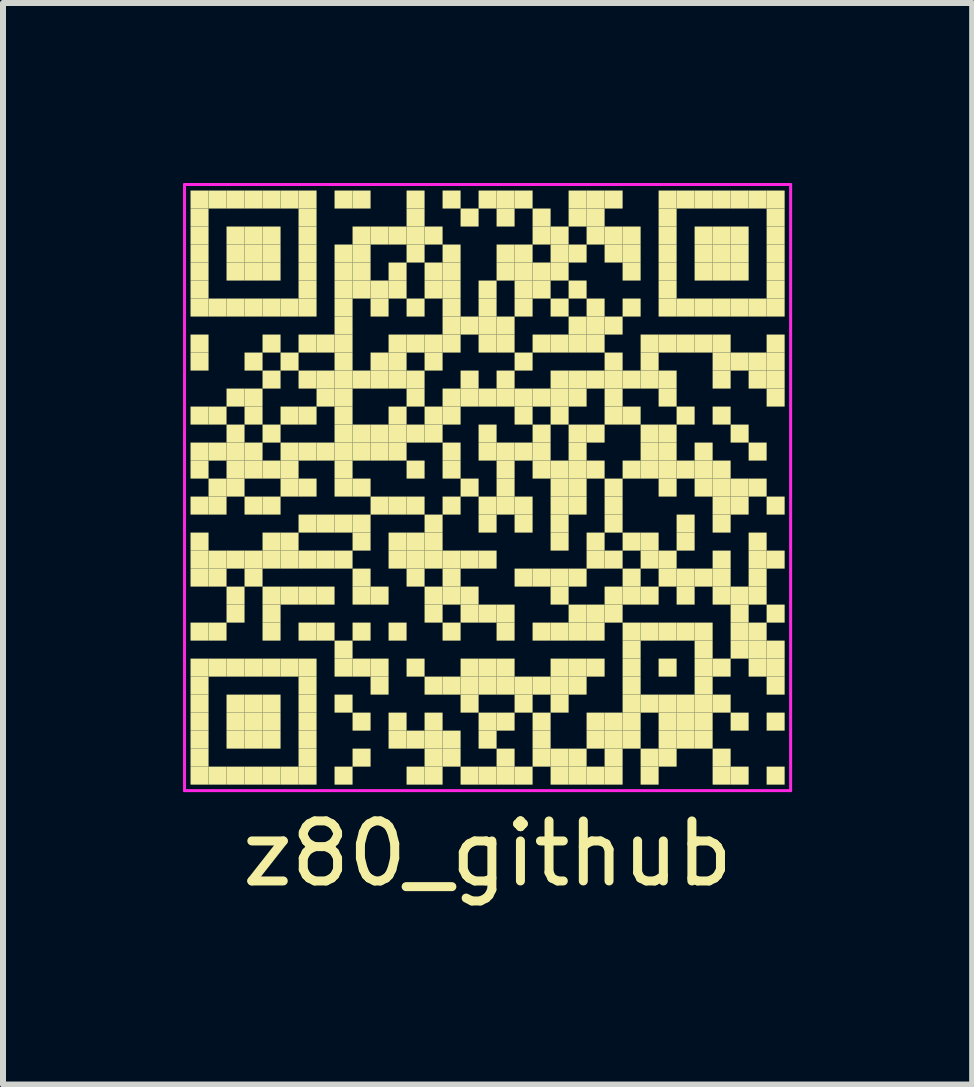
<source format=kicad_pcb>
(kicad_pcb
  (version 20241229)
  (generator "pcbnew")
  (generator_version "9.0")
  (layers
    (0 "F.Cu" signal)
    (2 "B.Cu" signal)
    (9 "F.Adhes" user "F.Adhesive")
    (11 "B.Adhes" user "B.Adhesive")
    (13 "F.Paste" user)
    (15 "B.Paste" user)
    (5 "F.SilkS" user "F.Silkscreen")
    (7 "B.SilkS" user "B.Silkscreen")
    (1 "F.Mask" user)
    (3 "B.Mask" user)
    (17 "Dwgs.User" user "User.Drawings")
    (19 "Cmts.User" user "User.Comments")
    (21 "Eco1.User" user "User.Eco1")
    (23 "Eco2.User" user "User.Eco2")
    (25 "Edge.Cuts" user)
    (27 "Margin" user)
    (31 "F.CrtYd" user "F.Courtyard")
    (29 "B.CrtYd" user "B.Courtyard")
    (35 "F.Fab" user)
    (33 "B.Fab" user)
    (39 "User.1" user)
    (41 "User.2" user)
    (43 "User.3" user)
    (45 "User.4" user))
  (footprint "z80_github"
    (layer "F.Cu")
    (at 5.075 5.075)
    (property "Reference" "z80_github" (at 0 6.1 0) (layer "F.SilkS") (effects (font (size 1 1) (thickness 0.15))))
    (attr through_hole)
    (fp_poly (pts (xy -4.65 -4.65) (xy -4.65 -4.95) (xy -4.95 -4.95) (xy -4.95 -4.65)) (stroke (width 0) (type solid)) (fill yes) (layer "F.SilkS"))
    (fp_poly (pts (xy -4.65 -4.35) (xy -4.65 -4.65) (xy -4.95 -4.65) (xy -4.95 -4.35)) (stroke (width 0) (type solid)) (fill yes) (layer "F.SilkS"))
    (fp_poly (pts (xy -4.65 -4.05) (xy -4.65 -4.35) (xy -4.95 -4.35) (xy -4.95 -4.05)) (stroke (width 0) (type solid)) (fill yes) (layer "F.SilkS"))
    (fp_poly (pts (xy -4.65 -3.75) (xy -4.65 -4.05) (xy -4.95 -4.05) (xy -4.95 -3.75)) (stroke (width 0) (type solid)) (fill yes) (layer "F.SilkS"))
    (fp_poly (pts (xy -4.65 -3.45) (xy -4.65 -3.75) (xy -4.95 -3.75) (xy -4.95 -3.45)) (stroke (width 0) (type solid)) (fill yes) (layer "F.SilkS"))
    (fp_poly (pts (xy -4.65 -3.15) (xy -4.65 -3.45) (xy -4.95 -3.45) (xy -4.95 -3.15)) (stroke (width 0) (type solid)) (fill yes) (layer "F.SilkS"))
    (fp_poly (pts (xy -4.65 -2.85) (xy -4.65 -3.15) (xy -4.95 -3.15) (xy -4.95 -2.85)) (stroke (width 0) (type solid)) (fill yes) (layer "F.SilkS"))
    (fp_poly (pts (xy -4.65 -2.25) (xy -4.65 -2.55) (xy -4.95 -2.55) (xy -4.95 -2.25)) (stroke (width 0) (type solid)) (fill yes) (layer "F.SilkS"))
    (fp_poly (pts (xy -4.65 -1.95) (xy -4.65 -2.25) (xy -4.95 -2.25) (xy -4.95 -1.95)) (stroke (width 0) (type solid)) (fill yes) (layer "F.SilkS"))
    (fp_poly (pts (xy -4.65 -1.05) (xy -4.65 -1.35) (xy -4.95 -1.35) (xy -4.95 -1.05)) (stroke (width 0) (type solid)) (fill yes) (layer "F.SilkS"))
    (fp_poly (pts (xy -4.65 -0.45) (xy -4.65 -0.75) (xy -4.95 -0.75) (xy -4.95 -0.45)) (stroke (width 0) (type solid)) (fill yes) (layer "F.SilkS"))
    (fp_poly (pts (xy -4.65 -0.15) (xy -4.65 -0.45) (xy -4.95 -0.45) (xy -4.95 -0.15)) (stroke (width 0) (type solid)) (fill yes) (layer "F.SilkS"))
    (fp_poly (pts (xy -4.65 0.45) (xy -4.65 0.15) (xy -4.95 0.15) (xy -4.95 0.45)) (stroke (width 0) (type solid)) (fill yes) (layer "F.SilkS"))
    (fp_poly (pts (xy -4.65 1.05) (xy -4.65 0.75) (xy -4.95 0.75) (xy -4.95 1.05)) (stroke (width 0) (type solid)) (fill yes) (layer "F.SilkS"))
    (fp_poly (pts (xy -4.65 1.35) (xy -4.65 1.05) (xy -4.95 1.05) (xy -4.95 1.35)) (stroke (width 0) (type solid)) (fill yes) (layer "F.SilkS"))
    (fp_poly (pts (xy -4.65 1.65) (xy -4.65 1.35) (xy -4.95 1.35) (xy -4.95 1.65)) (stroke (width 0) (type solid)) (fill yes) (layer "F.SilkS"))
    (fp_poly (pts (xy -4.65 2.55) (xy -4.65 2.25) (xy -4.95 2.25) (xy -4.95 2.55)) (stroke (width 0) (type solid)) (fill yes) (layer "F.SilkS"))
    (fp_poly (pts (xy -4.65 3.15) (xy -4.65 2.85) (xy -4.95 2.85) (xy -4.95 3.15)) (stroke (width 0) (type solid)) (fill yes) (layer "F.SilkS"))
    (fp_poly (pts (xy -4.65 3.45) (xy -4.65 3.15) (xy -4.95 3.15) (xy -4.95 3.45)) (stroke (width 0) (type solid)) (fill yes) (layer "F.SilkS"))
    (fp_poly (pts (xy -4.65 3.75) (xy -4.65 3.45) (xy -4.95 3.45) (xy -4.95 3.75)) (stroke (width 0) (type solid)) (fill yes) (layer "F.SilkS"))
    (fp_poly (pts (xy -4.65 4.05) (xy -4.65 3.75) (xy -4.95 3.75) (xy -4.95 4.05)) (stroke (width 0) (type solid)) (fill yes) (layer "F.SilkS"))
    (fp_poly (pts (xy -4.65 4.35) (xy -4.65 4.05) (xy -4.95 4.05) (xy -4.95 4.35)) (stroke (width 0) (type solid)) (fill yes) (layer "F.SilkS"))
    (fp_poly (pts (xy -4.65 4.65) (xy -4.65 4.35) (xy -4.95 4.35) (xy -4.95 4.65)) (stroke (width 0) (type solid)) (fill yes) (layer "F.SilkS"))
    (fp_poly (pts (xy -4.65 4.95) (xy -4.65 4.65) (xy -4.95 4.65) (xy -4.95 4.95)) (stroke (width 0) (type solid)) (fill yes) (layer "F.SilkS"))
    (fp_poly (pts (xy -4.35 -4.65) (xy -4.35 -4.95) (xy -4.65 -4.95) (xy -4.65 -4.65)) (stroke (width 0) (type solid)) (fill yes) (layer "F.SilkS"))
    (fp_poly (pts (xy -4.35 -2.85) (xy -4.35 -3.15) (xy -4.65 -3.15) (xy -4.65 -2.85)) (stroke (width 0) (type solid)) (fill yes) (layer "F.SilkS"))
    (fp_poly (pts (xy -4.35 -1.05) (xy -4.35 -1.35) (xy -4.65 -1.35) (xy -4.65 -1.05)) (stroke (width 0) (type solid)) (fill yes) (layer "F.SilkS"))
    (fp_poly (pts (xy -4.35 -0.45) (xy -4.35 -0.75) (xy -4.65 -0.75) (xy -4.65 -0.45)) (stroke (width 0) (type solid)) (fill yes) (layer "F.SilkS"))
    (fp_poly (pts (xy -4.35 0.15) (xy -4.35 -0.15) (xy -4.65 -0.15) (xy -4.65 0.15)) (stroke (width 0) (type solid)) (fill yes) (layer "F.SilkS"))
    (fp_poly (pts (xy -4.35 0.45) (xy -4.35 0.15) (xy -4.65 0.15) (xy -4.65 0.45)) (stroke (width 0) (type solid)) (fill yes) (layer "F.SilkS"))
    (fp_poly (pts (xy -4.35 1.35) (xy -4.35 1.05) (xy -4.65 1.05) (xy -4.65 1.35)) (stroke (width 0) (type solid)) (fill yes) (layer "F.SilkS"))
    (fp_poly (pts (xy -4.35 1.65) (xy -4.35 1.35) (xy -4.65 1.35) (xy -4.65 1.65)) (stroke (width 0) (type solid)) (fill yes) (layer "F.SilkS"))
    (fp_poly (pts (xy -4.35 2.55) (xy -4.35 2.25) (xy -4.65 2.25) (xy -4.65 2.55)) (stroke (width 0) (type solid)) (fill yes) (layer "F.SilkS"))
    (fp_poly (pts (xy -4.35 3.15) (xy -4.35 2.85) (xy -4.65 2.85) (xy -4.65 3.15)) (stroke (width 0) (type solid)) (fill yes) (layer "F.SilkS"))
    (fp_poly (pts (xy -4.35 4.95) (xy -4.35 4.65) (xy -4.65 4.65) (xy -4.65 4.95)) (stroke (width 0) (type solid)) (fill yes) (layer "F.SilkS"))
    (fp_poly (pts (xy -4.05 -4.65) (xy -4.05 -4.95) (xy -4.35 -4.95) (xy -4.35 -4.65)) (stroke (width 0) (type solid)) (fill yes) (layer "F.SilkS"))
    (fp_poly (pts (xy -4.05 -4.05) (xy -4.05 -4.35) (xy -4.35 -4.35) (xy -4.35 -4.05)) (stroke (width 0) (type solid)) (fill yes) (layer "F.SilkS"))
    (fp_poly (pts (xy -4.05 -3.75) (xy -4.05 -4.05) (xy -4.35 -4.05) (xy -4.35 -3.75)) (stroke (width 0) (type solid)) (fill yes) (layer "F.SilkS"))
    (fp_poly (pts (xy -4.05 -3.45) (xy -4.05 -3.75) (xy -4.35 -3.75) (xy -4.35 -3.45)) (stroke (width 0) (type solid)) (fill yes) (layer "F.SilkS"))
    (fp_poly (pts (xy -4.05 -2.85) (xy -4.05 -3.15) (xy -4.35 -3.15) (xy -4.35 -2.85)) (stroke (width 0) (type solid)) (fill yes) (layer "F.SilkS"))
    (fp_poly (pts (xy -4.05 -1.35) (xy -4.05 -1.65) (xy -4.35 -1.65) (xy -4.35 -1.35)) (stroke (width 0) (type solid)) (fill yes) (layer "F.SilkS"))
    (fp_poly (pts (xy -4.05 -0.75) (xy -4.05 -1.05) (xy -4.35 -1.05) (xy -4.35 -0.75)) (stroke (width 0) (type solid)) (fill yes) (layer "F.SilkS"))
    (fp_poly (pts (xy -4.05 -0.45) (xy -4.05 -0.75) (xy -4.35 -0.75) (xy -4.35 -0.45)) (stroke (width 0) (type solid)) (fill yes) (layer "F.SilkS"))
    (fp_poly (pts (xy -4.05 -0.15) (xy -4.05 -0.45) (xy -4.35 -0.45) (xy -4.35 -0.15)) (stroke (width 0) (type solid)) (fill yes) (layer "F.SilkS"))
    (fp_poly (pts (xy -4.05 0.15) (xy -4.05 -0.15) (xy -4.35 -0.15) (xy -4.35 0.15)) (stroke (width 0) (type solid)) (fill yes) (layer "F.SilkS"))
    (fp_poly (pts (xy -4.05 1.35) (xy -4.05 1.05) (xy -4.35 1.05) (xy -4.35 1.35)) (stroke (width 0) (type solid)) (fill yes) (layer "F.SilkS"))
    (fp_poly (pts (xy -4.05 1.95) (xy -4.05 1.65) (xy -4.35 1.65) (xy -4.35 1.95)) (stroke (width 0) (type solid)) (fill yes) (layer "F.SilkS"))
    (fp_poly (pts (xy -4.05 2.25) (xy -4.05 1.95) (xy -4.35 1.95) (xy -4.35 2.25)) (stroke (width 0) (type solid)) (fill yes) (layer "F.SilkS"))
    (fp_poly (pts (xy -4.05 3.15) (xy -4.05 2.85) (xy -4.35 2.85) (xy -4.35 3.15)) (stroke (width 0) (type solid)) (fill yes) (layer "F.SilkS"))
    (fp_poly (pts (xy -4.05 3.75) (xy -4.05 3.45) (xy -4.35 3.45) (xy -4.35 3.75)) (stroke (width 0) (type solid)) (fill yes) (layer "F.SilkS"))
    (fp_poly (pts (xy -4.05 4.05) (xy -4.05 3.75) (xy -4.35 3.75) (xy -4.35 4.05)) (stroke (width 0) (type solid)) (fill yes) (layer "F.SilkS"))
    (fp_poly (pts (xy -4.05 4.35) (xy -4.05 4.05) (xy -4.35 4.05) (xy -4.35 4.35)) (stroke (width 0) (type solid)) (fill yes) (layer "F.SilkS"))
    (fp_poly (pts (xy -4.05 4.95) (xy -4.05 4.65) (xy -4.35 4.65) (xy -4.35 4.95)) (stroke (width 0) (type solid)) (fill yes) (layer "F.SilkS"))
    (fp_poly (pts (xy -3.75 -4.65) (xy -3.75 -4.95) (xy -4.05 -4.95) (xy -4.05 -4.65)) (stroke (width 0) (type solid)) (fill yes) (layer "F.SilkS"))
    (fp_poly (pts (xy -3.75 -4.05) (xy -3.75 -4.35) (xy -4.05 -4.35) (xy -4.05 -4.05)) (stroke (width 0) (type solid)) (fill yes) (layer "F.SilkS"))
    (fp_poly (pts (xy -3.75 -3.75) (xy -3.75 -4.05) (xy -4.05 -4.05) (xy -4.05 -3.75)) (stroke (width 0) (type solid)) (fill yes) (layer "F.SilkS"))
    (fp_poly (pts (xy -3.75 -3.45) (xy -3.75 -3.75) (xy -4.05 -3.75) (xy -4.05 -3.45)) (stroke (width 0) (type solid)) (fill yes) (layer "F.SilkS"))
    (fp_poly (pts (xy -3.75 -2.85) (xy -3.75 -3.15) (xy -4.05 -3.15) (xy -4.05 -2.85)) (stroke (width 0) (type solid)) (fill yes) (layer "F.SilkS"))
    (fp_poly (pts (xy -3.75 -1.95) (xy -3.75 -2.25) (xy -4.05 -2.25) (xy -4.05 -1.95)) (stroke (width 0) (type solid)) (fill yes) (layer "F.SilkS"))
    (fp_poly (pts (xy -3.75 -1.35) (xy -3.75 -1.65) (xy -4.05 -1.65) (xy -4.05 -1.35)) (stroke (width 0) (type solid)) (fill yes) (layer "F.SilkS"))
    (fp_poly (pts (xy -3.75 -1.05) (xy -3.75 -1.35) (xy -4.05 -1.35) (xy -4.05 -1.05)) (stroke (width 0) (type solid)) (fill yes) (layer "F.SilkS"))
    (fp_poly (pts (xy -3.75 -0.45) (xy -3.75 -0.75) (xy -4.05 -0.75) (xy -4.05 -0.45)) (stroke (width 0) (type solid)) (fill yes) (layer "F.SilkS"))
    (fp_poly (pts (xy -3.75 -0.15) (xy -3.75 -0.45) (xy -4.05 -0.45) (xy -4.05 -0.15)) (stroke (width 0) (type solid)) (fill yes) (layer "F.SilkS"))
    (fp_poly (pts (xy -3.75 0.45) (xy -3.75 0.15) (xy -4.05 0.15) (xy -4.05 0.45)) (stroke (width 0) (type solid)) (fill yes) (layer "F.SilkS"))
    (fp_poly (pts (xy -3.75 1.35) (xy -3.75 1.05) (xy -4.05 1.05) (xy -4.05 1.35)) (stroke (width 0) (type solid)) (fill yes) (layer "F.SilkS"))
    (fp_poly (pts (xy -3.75 1.65) (xy -3.75 1.35) (xy -4.05 1.35) (xy -4.05 1.65)) (stroke (width 0) (type solid)) (fill yes) (layer "F.SilkS"))
    (fp_poly (pts (xy -3.75 3.15) (xy -3.75 2.85) (xy -4.05 2.85) (xy -4.05 3.15)) (stroke (width 0) (type solid)) (fill yes) (layer "F.SilkS"))
    (fp_poly (pts (xy -3.75 3.75) (xy -3.75 3.45) (xy -4.05 3.45) (xy -4.05 3.75)) (stroke (width 0) (type solid)) (fill yes) (layer "F.SilkS"))
    (fp_poly (pts (xy -3.75 4.05) (xy -3.75 3.75) (xy -4.05 3.75) (xy -4.05 4.05)) (stroke (width 0) (type solid)) (fill yes) (layer "F.SilkS"))
    (fp_poly (pts (xy -3.75 4.35) (xy -3.75 4.05) (xy -4.05 4.05) (xy -4.05 4.35)) (stroke (width 0) (type solid)) (fill yes) (layer "F.SilkS"))
    (fp_poly (pts (xy -3.75 4.95) (xy -3.75 4.65) (xy -4.05 4.65) (xy -4.05 4.95)) (stroke (width 0) (type solid)) (fill yes) (layer "F.SilkS"))
    (fp_poly (pts (xy -3.45 -4.65) (xy -3.45 -4.95) (xy -3.75 -4.95) (xy -3.75 -4.65)) (stroke (width 0) (type solid)) (fill yes) (layer "F.SilkS"))
    (fp_poly (pts (xy -3.45 -4.05) (xy -3.45 -4.35) (xy -3.75 -4.35) (xy -3.75 -4.05)) (stroke (width 0) (type solid)) (fill yes) (layer "F.SilkS"))
    (fp_poly (pts (xy -3.45 -3.75) (xy -3.45 -4.05) (xy -3.75 -4.05) (xy -3.75 -3.75)) (stroke (width 0) (type solid)) (fill yes) (layer "F.SilkS"))
    (fp_poly (pts (xy -3.45 -3.45) (xy -3.45 -3.75) (xy -3.75 -3.75) (xy -3.75 -3.45)) (stroke (width 0) (type solid)) (fill yes) (layer "F.SilkS"))
    (fp_poly (pts (xy -3.45 -2.85) (xy -3.45 -3.15) (xy -3.75 -3.15) (xy -3.75 -2.85)) (stroke (width 0) (type solid)) (fill yes) (layer "F.SilkS"))
    (fp_poly (pts (xy -3.45 -2.25) (xy -3.45 -2.55) (xy -3.75 -2.55) (xy -3.75 -2.25)) (stroke (width 0) (type solid)) (fill yes) (layer "F.SilkS"))
    (fp_poly (pts (xy -3.45 -1.65) (xy -3.45 -1.95) (xy -3.75 -1.95) (xy -3.75 -1.65)) (stroke (width 0) (type solid)) (fill yes) (layer "F.SilkS"))
    (fp_poly (pts (xy -3.45 -0.75) (xy -3.45 -1.05) (xy -3.75 -1.05) (xy -3.75 -0.75)) (stroke (width 0) (type solid)) (fill yes) (layer "F.SilkS"))
    (fp_poly (pts (xy -3.45 -0.15) (xy -3.45 -0.45) (xy -3.75 -0.45) (xy -3.75 -0.15)) (stroke (width 0) (type solid)) (fill yes) (layer "F.SilkS"))
    (fp_poly (pts (xy -3.45 0.45) (xy -3.45 0.15) (xy -3.75 0.15) (xy -3.75 0.45)) (stroke (width 0) (type solid)) (fill yes) (layer "F.SilkS"))
    (fp_poly (pts (xy -3.45 1.05) (xy -3.45 0.75) (xy -3.75 0.75) (xy -3.75 1.05)) (stroke (width 0) (type solid)) (fill yes) (layer "F.SilkS"))
    (fp_poly (pts (xy -3.45 1.35) (xy -3.45 1.05) (xy -3.75 1.05) (xy -3.75 1.35)) (stroke (width 0) (type solid)) (fill yes) (layer "F.SilkS"))
    (fp_poly (pts (xy -3.45 1.95) (xy -3.45 1.65) (xy -3.75 1.65) (xy -3.75 1.95)) (stroke (width 0) (type solid)) (fill yes) (layer "F.SilkS"))
    (fp_poly (pts (xy -3.45 2.25) (xy -3.45 1.95) (xy -3.75 1.95) (xy -3.75 2.25)) (stroke (width 0) (type solid)) (fill yes) (layer "F.SilkS"))
    (fp_poly (pts (xy -3.45 2.55) (xy -3.45 2.25) (xy -3.75 2.25) (xy -3.75 2.55)) (stroke (width 0) (type solid)) (fill yes) (layer "F.SilkS"))
    (fp_poly (pts (xy -3.45 3.15) (xy -3.45 2.85) (xy -3.75 2.85) (xy -3.75 3.15)) (stroke (width 0) (type solid)) (fill yes) (layer "F.SilkS"))
    (fp_poly (pts (xy -3.45 3.75) (xy -3.45 3.45) (xy -3.75 3.45) (xy -3.75 3.75)) (stroke (width 0) (type solid)) (fill yes) (layer "F.SilkS"))
    (fp_poly (pts (xy -3.45 4.05) (xy -3.45 3.75) (xy -3.75 3.75) (xy -3.75 4.05)) (stroke (width 0) (type solid)) (fill yes) (layer "F.SilkS"))
    (fp_poly (pts (xy -3.45 4.35) (xy -3.45 4.05) (xy -3.75 4.05) (xy -3.75 4.35)) (stroke (width 0) (type solid)) (fill yes) (layer "F.SilkS"))
    (fp_poly (pts (xy -3.45 4.95) (xy -3.45 4.65) (xy -3.75 4.65) (xy -3.75 4.95)) (stroke (width 0) (type solid)) (fill yes) (layer "F.SilkS"))
    (fp_poly (pts (xy -3.15 -4.65) (xy -3.15 -4.95) (xy -3.45 -4.95) (xy -3.45 -4.65)) (stroke (width 0) (type solid)) (fill yes) (layer "F.SilkS"))
    (fp_poly (pts (xy -3.15 -2.85) (xy -3.15 -3.15) (xy -3.45 -3.15) (xy -3.45 -2.85)) (stroke (width 0) (type solid)) (fill yes) (layer "F.SilkS"))
    (fp_poly (pts (xy -3.15 -1.95) (xy -3.15 -2.25) (xy -3.45 -2.25) (xy -3.45 -1.95)) (stroke (width 0) (type solid)) (fill yes) (layer "F.SilkS"))
    (fp_poly (pts (xy -3.15 -1.05) (xy -3.15 -1.35) (xy -3.45 -1.35) (xy -3.45 -1.05)) (stroke (width 0) (type solid)) (fill yes) (layer "F.SilkS"))
    (fp_poly (pts (xy -3.15 -0.45) (xy -3.15 -0.75) (xy -3.45 -0.75) (xy -3.45 -0.45)) (stroke (width 0) (type solid)) (fill yes) (layer "F.SilkS"))
    (fp_poly (pts (xy -3.15 -0.15) (xy -3.15 -0.45) (xy -3.45 -0.45) (xy -3.45 -0.15)) (stroke (width 0) (type solid)) (fill yes) (layer "F.SilkS"))
    (fp_poly (pts (xy -3.15 0.15) (xy -3.15 -0.15) (xy -3.45 -0.15) (xy -3.45 0.15)) (stroke (width 0) (type solid)) (fill yes) (layer "F.SilkS"))
    (fp_poly (pts (xy -3.15 1.05) (xy -3.15 0.75) (xy -3.45 0.75) (xy -3.45 1.05)) (stroke (width 0) (type solid)) (fill yes) (layer "F.SilkS"))
    (fp_poly (pts (xy -3.15 1.35) (xy -3.15 1.05) (xy -3.45 1.05) (xy -3.45 1.35)) (stroke (width 0) (type solid)) (fill yes) (layer "F.SilkS"))
    (fp_poly (pts (xy -3.15 1.95) (xy -3.15 1.65) (xy -3.45 1.65) (xy -3.45 1.95)) (stroke (width 0) (type solid)) (fill yes) (layer "F.SilkS"))
    (fp_poly (pts (xy -3.15 3.15) (xy -3.15 2.85) (xy -3.45 2.85) (xy -3.45 3.15)) (stroke (width 0) (type solid)) (fill yes) (layer "F.SilkS"))
    (fp_poly (pts (xy -3.15 4.95) (xy -3.15 4.65) (xy -3.45 4.65) (xy -3.45 4.95)) (stroke (width 0) (type solid)) (fill yes) (layer "F.SilkS"))
    (fp_poly (pts (xy -2.85 -4.65) (xy -2.85 -4.95) (xy -3.15 -4.95) (xy -3.15 -4.65)) (stroke (width 0) (type solid)) (fill yes) (layer "F.SilkS"))
    (fp_poly (pts (xy -2.85 -4.35) (xy -2.85 -4.65) (xy -3.15 -4.65) (xy -3.15 -4.35)) (stroke (width 0) (type solid)) (fill yes) (layer "F.SilkS"))
    (fp_poly (pts (xy -2.85 -4.05) (xy -2.85 -4.35) (xy -3.15 -4.35) (xy -3.15 -4.05)) (stroke (width 0) (type solid)) (fill yes) (layer "F.SilkS"))
    (fp_poly (pts (xy -2.85 -3.75) (xy -2.85 -4.05) (xy -3.15 -4.05) (xy -3.15 -3.75)) (stroke (width 0) (type solid)) (fill yes) (layer "F.SilkS"))
    (fp_poly (pts (xy -2.85 -3.45) (xy -2.85 -3.75) (xy -3.15 -3.75) (xy -3.15 -3.45)) (stroke (width 0) (type solid)) (fill yes) (layer "F.SilkS"))
    (fp_poly (pts (xy -2.85 -3.15) (xy -2.85 -3.45) (xy -3.15 -3.45) (xy -3.15 -3.15)) (stroke (width 0) (type solid)) (fill yes) (layer "F.SilkS"))
    (fp_poly (pts (xy -2.85 -2.85) (xy -2.85 -3.15) (xy -3.15 -3.15) (xy -3.15 -2.85)) (stroke (width 0) (type solid)) (fill yes) (layer "F.SilkS"))
    (fp_poly (pts (xy -2.85 -2.25) (xy -2.85 -2.55) (xy -3.15 -2.55) (xy -3.15 -2.25)) (stroke (width 0) (type solid)) (fill yes) (layer "F.SilkS"))
    (fp_poly (pts (xy -2.85 -1.65) (xy -2.85 -1.95) (xy -3.15 -1.95) (xy -3.15 -1.65)) (stroke (width 0) (type solid)) (fill yes) (layer "F.SilkS"))
    (fp_poly (pts (xy -2.85 -1.05) (xy -2.85 -1.35) (xy -3.15 -1.35) (xy -3.15 -1.05)) (stroke (width 0) (type solid)) (fill yes) (layer "F.SilkS"))
    (fp_poly (pts (xy -2.85 -0.45) (xy -2.85 -0.75) (xy -3.15 -0.75) (xy -3.15 -0.45)) (stroke (width 0) (type solid)) (fill yes) (layer "F.SilkS"))
    (fp_poly (pts (xy -2.85 0.15) (xy -2.85 -0.15) (xy -3.15 -0.15) (xy -3.15 0.15)) (stroke (width 0) (type solid)) (fill yes) (layer "F.SilkS"))
    (fp_poly (pts (xy -2.85 0.75) (xy -2.85 0.45) (xy -3.15 0.45) (xy -3.15 0.75)) (stroke (width 0) (type solid)) (fill yes) (layer "F.SilkS"))
    (fp_poly (pts (xy -2.85 1.35) (xy -2.85 1.05) (xy -3.15 1.05) (xy -3.15 1.35)) (stroke (width 0) (type solid)) (fill yes) (layer "F.SilkS"))
    (fp_poly (pts (xy -2.85 1.95) (xy -2.85 1.65) (xy -3.15 1.65) (xy -3.15 1.95)) (stroke (width 0) (type solid)) (fill yes) (layer "F.SilkS"))
    (fp_poly (pts (xy -2.85 2.55) (xy -2.85 2.25) (xy -3.15 2.25) (xy -3.15 2.55)) (stroke (width 0) (type solid)) (fill yes) (layer "F.SilkS"))
    (fp_poly (pts (xy -2.85 3.15) (xy -2.85 2.85) (xy -3.15 2.85) (xy -3.15 3.15)) (stroke (width 0) (type solid)) (fill yes) (layer "F.SilkS"))
    (fp_poly (pts (xy -2.85 3.45) (xy -2.85 3.15) (xy -3.15 3.15) (xy -3.15 3.45)) (stroke (width 0) (type solid)) (fill yes) (layer "F.SilkS"))
    (fp_poly (pts (xy -2.85 3.75) (xy -2.85 3.45) (xy -3.15 3.45) (xy -3.15 3.75)) (stroke (width 0) (type solid)) (fill yes) (layer "F.SilkS"))
    (fp_poly (pts (xy -2.85 4.05) (xy -2.85 3.75) (xy -3.15 3.75) (xy -3.15 4.05)) (stroke (width 0) (type solid)) (fill yes) (layer "F.SilkS"))
    (fp_poly (pts (xy -2.85 4.35) (xy -2.85 4.05) (xy -3.15 4.05) (xy -3.15 4.35)) (stroke (width 0) (type solid)) (fill yes) (layer "F.SilkS"))
    (fp_poly (pts (xy -2.85 4.65) (xy -2.85 4.35) (xy -3.15 4.35) (xy -3.15 4.65)) (stroke (width 0) (type solid)) (fill yes) (layer "F.SilkS"))
    (fp_poly (pts (xy -2.85 4.95) (xy -2.85 4.65) (xy -3.15 4.65) (xy -3.15 4.95)) (stroke (width 0) (type solid)) (fill yes) (layer "F.SilkS"))
    (fp_poly (pts (xy -2.55 -2.25) (xy -2.55 -2.55) (xy -2.85 -2.55) (xy -2.85 -2.25)) (stroke (width 0) (type solid)) (fill yes) (layer "F.SilkS"))
    (fp_poly (pts (xy -2.55 -1.65) (xy -2.55 -1.95) (xy -2.85 -1.95) (xy -2.85 -1.65)) (stroke (width 0) (type solid)) (fill yes) (layer "F.SilkS"))
    (fp_poly (pts (xy -2.55 -1.35) (xy -2.55 -1.65) (xy -2.85 -1.65) (xy -2.85 -1.35)) (stroke (width 0) (type solid)) (fill yes) (layer "F.SilkS"))
    (fp_poly (pts (xy -2.55 -0.45) (xy -2.55 -0.75) (xy -2.85 -0.75) (xy -2.85 -0.45)) (stroke (width 0) (type solid)) (fill yes) (layer "F.SilkS"))
    (fp_poly (pts (xy -2.55 0.75) (xy -2.55 0.45) (xy -2.85 0.45) (xy -2.85 0.75)) (stroke (width 0) (type solid)) (fill yes) (layer "F.SilkS"))
    (fp_poly (pts (xy -2.55 1.35) (xy -2.55 1.05) (xy -2.85 1.05) (xy -2.85 1.35)) (stroke (width 0) (type solid)) (fill yes) (layer "F.SilkS"))
    (fp_poly (pts (xy -2.55 1.95) (xy -2.55 1.65) (xy -2.85 1.65) (xy -2.85 1.95)) (stroke (width 0) (type solid)) (fill yes) (layer "F.SilkS"))
    (fp_poly (pts (xy -2.55 2.55) (xy -2.55 2.25) (xy -2.85 2.25) (xy -2.85 2.55)) (stroke (width 0) (type solid)) (fill yes) (layer "F.SilkS"))
    (fp_poly (pts (xy -2.25 -4.65) (xy -2.25 -4.95) (xy -2.55 -4.95) (xy -2.55 -4.65)) (stroke (width 0) (type solid)) (fill yes) (layer "F.SilkS"))
    (fp_poly (pts (xy -2.25 -3.75) (xy -2.25 -4.05) (xy -2.55 -4.05) (xy -2.55 -3.75)) (stroke (width 0) (type solid)) (fill yes) (layer "F.SilkS"))
    (fp_poly (pts (xy -2.25 -3.45) (xy -2.25 -3.75) (xy -2.55 -3.75) (xy -2.55 -3.45)) (stroke (width 0) (type solid)) (fill yes) (layer "F.SilkS"))
    (fp_poly (pts (xy -2.25 -3.15) (xy -2.25 -3.45) (xy -2.55 -3.45) (xy -2.55 -3.15)) (stroke (width 0) (type solid)) (fill yes) (layer "F.SilkS"))
    (fp_poly (pts (xy -2.25 -2.85) (xy -2.25 -3.15) (xy -2.55 -3.15) (xy -2.55 -2.85)) (stroke (width 0) (type solid)) (fill yes) (layer "F.SilkS"))
    (fp_poly (pts (xy -2.25 -2.55) (xy -2.25 -2.85) (xy -2.55 -2.85) (xy -2.55 -2.55)) (stroke (width 0) (type solid)) (fill yes) (layer "F.SilkS"))
    (fp_poly (pts (xy -2.25 -2.25) (xy -2.25 -2.55) (xy -2.55 -2.55) (xy -2.55 -2.25)) (stroke (width 0) (type solid)) (fill yes) (layer "F.SilkS"))
    (fp_poly (pts (xy -2.25 -1.95) (xy -2.25 -2.25) (xy -2.55 -2.25) (xy -2.55 -1.95)) (stroke (width 0) (type solid)) (fill yes) (layer "F.SilkS"))
    (fp_poly (pts (xy -2.25 -1.65) (xy -2.25 -1.95) (xy -2.55 -1.95) (xy -2.55 -1.65)) (stroke (width 0) (type solid)) (fill yes) (layer "F.SilkS"))
    (fp_poly (pts (xy -2.25 -1.35) (xy -2.25 -1.65) (xy -2.55 -1.65) (xy -2.55 -1.35)) (stroke (width 0) (type solid)) (fill yes) (layer "F.SilkS"))
    (fp_poly (pts (xy -2.25 -1.05) (xy -2.25 -1.35) (xy -2.55 -1.35) (xy -2.55 -1.05)) (stroke (width 0) (type solid)) (fill yes) (layer "F.SilkS"))
    (fp_poly (pts (xy -2.25 -0.75) (xy -2.25 -1.05) (xy -2.55 -1.05) (xy -2.55 -0.75)) (stroke (width 0) (type solid)) (fill yes) (layer "F.SilkS"))
    (fp_poly (pts (xy -2.25 -0.45) (xy -2.25 -0.75) (xy -2.55 -0.75) (xy -2.55 -0.45)) (stroke (width 0) (type solid)) (fill yes) (layer "F.SilkS"))
    (fp_poly (pts (xy -2.25 -0.15) (xy -2.25 -0.45) (xy -2.55 -0.45) (xy -2.55 -0.15)) (stroke (width 0) (type solid)) (fill yes) (layer "F.SilkS"))
    (fp_poly (pts (xy -2.25 0.15) (xy -2.25 -0.15) (xy -2.55 -0.15) (xy -2.55 0.15)) (stroke (width 0) (type solid)) (fill yes) (layer "F.SilkS"))
    (fp_poly (pts (xy -2.25 0.75) (xy -2.25 0.45) (xy -2.55 0.45) (xy -2.55 0.75)) (stroke (width 0) (type solid)) (fill yes) (layer "F.SilkS"))
    (fp_poly (pts (xy -2.25 1.35) (xy -2.25 1.05) (xy -2.55 1.05) (xy -2.55 1.35)) (stroke (width 0) (type solid)) (fill yes) (layer "F.SilkS"))
    (fp_poly (pts (xy -2.25 2.85) (xy -2.25 2.55) (xy -2.55 2.55) (xy -2.55 2.85)) (stroke (width 0) (type solid)) (fill yes) (layer "F.SilkS"))
    (fp_poly (pts (xy -2.25 3.15) (xy -2.25 2.85) (xy -2.55 2.85) (xy -2.55 3.15)) (stroke (width 0) (type solid)) (fill yes) (layer "F.SilkS"))
    (fp_poly (pts (xy -2.25 3.75) (xy -2.25 3.45) (xy -2.55 3.45) (xy -2.55 3.75)) (stroke (width 0) (type solid)) (fill yes) (layer "F.SilkS"))
    (fp_poly (pts (xy -2.25 4.95) (xy -2.25 4.65) (xy -2.55 4.65) (xy -2.55 4.95)) (stroke (width 0) (type solid)) (fill yes) (layer "F.SilkS"))
    (fp_poly (pts (xy -1.95 -4.65) (xy -1.95 -4.95) (xy -2.25 -4.95) (xy -2.25 -4.65)) (stroke (width 0) (type solid)) (fill yes) (layer "F.SilkS"))
    (fp_poly (pts (xy -1.95 -4.05) (xy -1.95 -4.35) (xy -2.25 -4.35) (xy -2.25 -4.05)) (stroke (width 0) (type solid)) (fill yes) (layer "F.SilkS"))
    (fp_poly (pts (xy -1.95 -3.75) (xy -1.95 -4.05) (xy -2.25 -4.05) (xy -2.25 -3.75)) (stroke (width 0) (type solid)) (fill yes) (layer "F.SilkS"))
    (fp_poly (pts (xy -1.95 -3.45) (xy -1.95 -3.75) (xy -2.25 -3.75) (xy -2.25 -3.45)) (stroke (width 0) (type solid)) (fill yes) (layer "F.SilkS"))
    (fp_poly (pts (xy -1.95 -3.15) (xy -1.95 -3.45) (xy -2.25 -3.45) (xy -2.25 -3.15)) (stroke (width 0) (type solid)) (fill yes) (layer "F.SilkS"))
    (fp_poly (pts (xy -1.95 -1.65) (xy -1.95 -1.95) (xy -2.25 -1.95) (xy -2.25 -1.65)) (stroke (width 0) (type solid)) (fill yes) (layer "F.SilkS"))
    (fp_poly (pts (xy -1.95 -0.75) (xy -1.95 -1.05) (xy -2.25 -1.05) (xy -2.25 -0.75)) (stroke (width 0) (type solid)) (fill yes) (layer "F.SilkS"))
    (fp_poly (pts (xy -1.95 -0.45) (xy -1.95 -0.75) (xy -2.25 -0.75) (xy -2.25 -0.45)) (stroke (width 0) (type solid)) (fill yes) (layer "F.SilkS"))
    (fp_poly (pts (xy -1.95 0.15) (xy -1.95 -0.15) (xy -2.25 -0.15) (xy -2.25 0.15)) (stroke (width 0) (type solid)) (fill yes) (layer "F.SilkS"))
    (fp_poly (pts (xy -1.95 0.75) (xy -1.95 0.45) (xy -2.25 0.45) (xy -2.25 0.75)) (stroke (width 0) (type solid)) (fill yes) (layer "F.SilkS"))
    (fp_poly (pts (xy -1.95 1.05) (xy -1.95 0.75) (xy -2.25 0.75) (xy -2.25 1.05)) (stroke (width 0) (type solid)) (fill yes) (layer "F.SilkS"))
    (fp_poly (pts (xy -1.95 1.65) (xy -1.95 1.35) (xy -2.25 1.35) (xy -2.25 1.65)) (stroke (width 0) (type solid)) (fill yes) (layer "F.SilkS"))
    (fp_poly (pts (xy -1.95 1.95) (xy -1.95 1.65) (xy -2.25 1.65) (xy -2.25 1.95)) (stroke (width 0) (type solid)) (fill yes) (layer "F.SilkS"))
    (fp_poly (pts (xy -1.95 2.55) (xy -1.95 2.25) (xy -2.25 2.25) (xy -2.25 2.55)) (stroke (width 0) (type solid)) (fill yes) (layer "F.SilkS"))
    (fp_poly (pts (xy -1.95 3.15) (xy -1.95 2.85) (xy -2.25 2.85) (xy -2.25 3.15)) (stroke (width 0) (type solid)) (fill yes) (layer "F.SilkS"))
    (fp_poly (pts (xy -1.95 4.05) (xy -1.95 3.75) (xy -2.25 3.75) (xy -2.25 4.05)) (stroke (width 0) (type solid)) (fill yes) (layer "F.SilkS"))
    (fp_poly (pts (xy -1.95 4.65) (xy -1.95 4.35) (xy -2.25 4.35) (xy -2.25 4.65)) (stroke (width 0) (type solid)) (fill yes) (layer "F.SilkS"))
    (fp_poly (pts (xy -1.65 -4.05) (xy -1.65 -4.35) (xy -1.95 -4.35) (xy -1.95 -4.05)) (stroke (width 0) (type solid)) (fill yes) (layer "F.SilkS"))
    (fp_poly (pts (xy -1.65 -3.15) (xy -1.65 -3.45) (xy -1.95 -3.45) (xy -1.95 -3.15)) (stroke (width 0) (type solid)) (fill yes) (layer "F.SilkS"))
    (fp_poly (pts (xy -1.65 -2.85) (xy -1.65 -3.15) (xy -1.95 -3.15) (xy -1.95 -2.85)) (stroke (width 0) (type solid)) (fill yes) (layer "F.SilkS"))
    (fp_poly (pts (xy -1.65 -1.95) (xy -1.65 -2.25) (xy -1.95 -2.25) (xy -1.95 -1.95)) (stroke (width 0) (type solid)) (fill yes) (layer "F.SilkS"))
    (fp_poly (pts (xy -1.65 -1.65) (xy -1.65 -1.95) (xy -1.95 -1.95) (xy -1.95 -1.65)) (stroke (width 0) (type solid)) (fill yes) (layer "F.SilkS"))
    (fp_poly (pts (xy -1.65 -0.75) (xy -1.65 -1.05) (xy -1.95 -1.05) (xy -1.95 -0.75)) (stroke (width 0) (type solid)) (fill yes) (layer "F.SilkS"))
    (fp_poly (pts (xy -1.65 -0.45) (xy -1.65 -0.75) (xy -1.95 -0.75) (xy -1.95 -0.45)) (stroke (width 0) (type solid)) (fill yes) (layer "F.SilkS"))
    (fp_poly (pts (xy -1.65 0.45) (xy -1.65 0.15) (xy -1.95 0.15) (xy -1.95 0.45)) (stroke (width 0) (type solid)) (fill yes) (layer "F.SilkS"))
    (fp_poly (pts (xy -1.65 1.95) (xy -1.65 1.65) (xy -1.95 1.65) (xy -1.95 1.95)) (stroke (width 0) (type solid)) (fill yes) (layer "F.SilkS"))
    (fp_poly (pts (xy -1.65 3.15) (xy -1.65 2.85) (xy -1.95 2.85) (xy -1.95 3.15)) (stroke (width 0) (type solid)) (fill yes) (layer "F.SilkS"))
    (fp_poly (pts (xy -1.65 3.45) (xy -1.65 3.15) (xy -1.95 3.15) (xy -1.95 3.45)) (stroke (width 0) (type solid)) (fill yes) (layer "F.SilkS"))
    (fp_poly (pts (xy -1.35 -4.05) (xy -1.35 -4.35) (xy -1.65 -4.35) (xy -1.65 -4.05)) (stroke (width 0) (type solid)) (fill yes) (layer "F.SilkS"))
    (fp_poly (pts (xy -1.35 -3.45) (xy -1.35 -3.75) (xy -1.65 -3.75) (xy -1.65 -3.45)) (stroke (width 0) (type solid)) (fill yes) (layer "F.SilkS"))
    (fp_poly (pts (xy -1.35 -3.15) (xy -1.35 -3.45) (xy -1.65 -3.45) (xy -1.65 -3.15)) (stroke (width 0) (type solid)) (fill yes) (layer "F.SilkS"))
    (fp_poly (pts (xy -1.35 -2.25) (xy -1.35 -2.55) (xy -1.65 -2.55) (xy -1.65 -2.25)) (stroke (width 0) (type solid)) (fill yes) (layer "F.SilkS"))
    (fp_poly (pts (xy -1.35 -1.95) (xy -1.35 -2.25) (xy -1.65 -2.25) (xy -1.65 -1.95)) (stroke (width 0) (type solid)) (fill yes) (layer "F.SilkS"))
    (fp_poly (pts (xy -1.35 -1.65) (xy -1.35 -1.95) (xy -1.65 -1.95) (xy -1.65 -1.65)) (stroke (width 0) (type solid)) (fill yes) (layer "F.SilkS"))
    (fp_poly (pts (xy -1.35 -1.05) (xy -1.35 -1.35) (xy -1.65 -1.35) (xy -1.65 -1.05)) (stroke (width 0) (type solid)) (fill yes) (layer "F.SilkS"))
    (fp_poly (pts (xy -1.35 -0.75) (xy -1.35 -1.05) (xy -1.65 -1.05) (xy -1.65 -0.75)) (stroke (width 0) (type solid)) (fill yes) (layer "F.SilkS"))
    (fp_poly (pts (xy -1.35 -0.45) (xy -1.35 -0.75) (xy -1.65 -0.75) (xy -1.65 -0.45)) (stroke (width 0) (type solid)) (fill yes) (layer "F.SilkS"))
    (fp_poly (pts (xy -1.35 0.45) (xy -1.35 0.15) (xy -1.65 0.15) (xy -1.65 0.45)) (stroke (width 0) (type solid)) (fill yes) (layer "F.SilkS"))
    (fp_poly (pts (xy -1.35 1.05) (xy -1.35 0.75) (xy -1.65 0.75) (xy -1.65 1.05)) (stroke (width 0) (type solid)) (fill yes) (layer "F.SilkS"))
    (fp_poly (pts (xy -1.35 1.35) (xy -1.35 1.05) (xy -1.65 1.05) (xy -1.65 1.35)) (stroke (width 0) (type solid)) (fill yes) (layer "F.SilkS"))
    (fp_poly (pts (xy -1.35 2.55) (xy -1.35 2.25) (xy -1.65 2.25) (xy -1.65 2.55)) (stroke (width 0) (type solid)) (fill yes) (layer "F.SilkS"))
    (fp_poly (pts (xy -1.35 4.05) (xy -1.35 3.75) (xy -1.65 3.75) (xy -1.65 4.05)) (stroke (width 0) (type solid)) (fill yes) (layer "F.SilkS"))
    (fp_poly (pts (xy -1.35 4.35) (xy -1.35 4.05) (xy -1.65 4.05) (xy -1.65 4.35)) (stroke (width 0) (type solid)) (fill yes) (layer "F.SilkS"))
    (fp_poly (pts (xy -1.05 -4.65) (xy -1.05 -4.95) (xy -1.35 -4.95) (xy -1.35 -4.65)) (stroke (width 0) (type solid)) (fill yes) (layer "F.SilkS"))
    (fp_poly (pts (xy -1.05 -4.35) (xy -1.05 -4.65) (xy -1.35 -4.65) (xy -1.35 -4.35)) (stroke (width 0) (type solid)) (fill yes) (layer "F.SilkS"))
    (fp_poly (pts (xy -1.05 -4.05) (xy -1.05 -4.35) (xy -1.35 -4.35) (xy -1.35 -4.05)) (stroke (width 0) (type solid)) (fill yes) (layer "F.SilkS"))
    (fp_poly (pts (xy -1.05 -3.75) (xy -1.05 -4.05) (xy -1.35 -4.05) (xy -1.35 -3.75)) (stroke (width 0) (type solid)) (fill yes) (layer "F.SilkS"))
    (fp_poly (pts (xy -1.05 -2.85) (xy -1.05 -3.15) (xy -1.35 -3.15) (xy -1.35 -2.85)) (stroke (width 0) (type solid)) (fill yes) (layer "F.SilkS"))
    (fp_poly (pts (xy -1.05 -2.25) (xy -1.05 -2.55) (xy -1.35 -2.55) (xy -1.35 -2.25)) (stroke (width 0) (type solid)) (fill yes) (layer "F.SilkS"))
    (fp_poly (pts (xy -1.05 -1.65) (xy -1.05 -1.95) (xy -1.35 -1.95) (xy -1.35 -1.65)) (stroke (width 0) (type solid)) (fill yes) (layer "F.SilkS"))
    (fp_poly (pts (xy -1.05 -1.35) (xy -1.05 -1.65) (xy -1.35 -1.65) (xy -1.35 -1.35)) (stroke (width 0) (type solid)) (fill yes) (layer "F.SilkS"))
    (fp_poly (pts (xy -1.05 -0.75) (xy -1.05 -1.05) (xy -1.35 -1.05) (xy -1.35 -0.75)) (stroke (width 0) (type solid)) (fill yes) (layer "F.SilkS"))
    (fp_poly (pts (xy -1.05 -0.15) (xy -1.05 -0.45) (xy -1.35 -0.45) (xy -1.35 -0.15)) (stroke (width 0) (type solid)) (fill yes) (layer "F.SilkS"))
    (fp_poly (pts (xy -1.05 0.45) (xy -1.05 0.15) (xy -1.35 0.15) (xy -1.35 0.45)) (stroke (width 0) (type solid)) (fill yes) (layer "F.SilkS"))
    (fp_poly (pts (xy -1.05 1.05) (xy -1.05 0.75) (xy -1.35 0.75) (xy -1.35 1.05)) (stroke (width 0) (type solid)) (fill yes) (layer "F.SilkS"))
    (fp_poly (pts (xy -1.05 1.35) (xy -1.05 1.05) (xy -1.35 1.05) (xy -1.35 1.35)) (stroke (width 0) (type solid)) (fill yes) (layer "F.SilkS"))
    (fp_poly (pts (xy -1.05 1.65) (xy -1.05 1.35) (xy -1.35 1.35) (xy -1.35 1.65)) (stroke (width 0) (type solid)) (fill yes) (layer "F.SilkS"))
    (fp_poly (pts (xy -1.05 3.15) (xy -1.05 2.85) (xy -1.35 2.85) (xy -1.35 3.15)) (stroke (width 0) (type solid)) (fill yes) (layer "F.SilkS"))
    (fp_poly (pts (xy -1.05 4.35) (xy -1.05 4.05) (xy -1.35 4.05) (xy -1.35 4.35)) (stroke (width 0) (type solid)) (fill yes) (layer "F.SilkS"))
    (fp_poly (pts (xy -1.05 4.95) (xy -1.05 4.65) (xy -1.35 4.65) (xy -1.35 4.95)) (stroke (width 0) (type solid)) (fill yes) (layer "F.SilkS"))
    (fp_poly (pts (xy -0.75 -4.05) (xy -0.75 -4.35) (xy -1.05 -4.35) (xy -1.05 -4.05)) (stroke (width 0) (type solid)) (fill yes) (layer "F.SilkS"))
    (fp_poly (pts (xy -0.75 -3.45) (xy -0.75 -3.75) (xy -1.05 -3.75) (xy -1.05 -3.45)) (stroke (width 0) (type solid)) (fill yes) (layer "F.SilkS"))
    (fp_poly (pts (xy -0.75 -3.15) (xy -0.75 -3.45) (xy -1.05 -3.45) (xy -1.05 -3.15)) (stroke (width 0) (type solid)) (fill yes) (layer "F.SilkS"))
    (fp_poly (pts (xy -0.75 -2.25) (xy -0.75 -2.55) (xy -1.05 -2.55) (xy -1.05 -2.25)) (stroke (width 0) (type solid)) (fill yes) (layer "F.SilkS"))
    (fp_poly (pts (xy -0.75 -1.95) (xy -0.75 -2.25) (xy -1.05 -2.25) (xy -1.05 -1.95)) (stroke (width 0) (type solid)) (fill yes) (layer "F.SilkS"))
    (fp_poly (pts (xy -0.75 -1.05) (xy -0.75 -1.35) (xy -1.05 -1.35) (xy -1.05 -1.05)) (stroke (width 0) (type solid)) (fill yes) (layer "F.SilkS"))
    (fp_poly (pts (xy -0.75 -0.75) (xy -0.75 -1.05) (xy -1.05 -1.05) (xy -1.05 -0.75)) (stroke (width 0) (type solid)) (fill yes) (layer "F.SilkS"))
    (fp_poly (pts (xy -0.75 0.75) (xy -0.75 0.45) (xy -1.05 0.45) (xy -1.05 0.75)) (stroke (width 0) (type solid)) (fill yes) (layer "F.SilkS"))
    (fp_poly (pts (xy -0.75 1.05) (xy -0.75 0.75) (xy -1.05 0.75) (xy -1.05 1.05)) (stroke (width 0) (type solid)) (fill yes) (layer "F.SilkS"))
    (fp_poly (pts (xy -0.75 1.35) (xy -0.75 1.05) (xy -1.05 1.05) (xy -1.05 1.35)) (stroke (width 0) (type solid)) (fill yes) (layer "F.SilkS"))
    (fp_poly (pts (xy -0.75 1.95) (xy -0.75 1.65) (xy -1.05 1.65) (xy -1.05 1.95)) (stroke (width 0) (type solid)) (fill yes) (layer "F.SilkS"))
    (fp_poly (pts (xy -0.75 2.25) (xy -0.75 1.95) (xy -1.05 1.95) (xy -1.05 2.25)) (stroke (width 0) (type solid)) (fill yes) (layer "F.SilkS"))
    (fp_poly (pts (xy -0.75 3.45) (xy -0.75 3.15) (xy -1.05 3.15) (xy -1.05 3.45)) (stroke (width 0) (type solid)) (fill yes) (layer "F.SilkS"))
    (fp_poly (pts (xy -0.75 4.05) (xy -0.75 3.75) (xy -1.05 3.75) (xy -1.05 4.05)) (stroke (width 0) (type solid)) (fill yes) (layer "F.SilkS"))
    (fp_poly (pts (xy -0.75 4.35) (xy -0.75 4.05) (xy -1.05 4.05) (xy -1.05 4.35)) (stroke (width 0) (type solid)) (fill yes) (layer "F.SilkS"))
    (fp_poly (pts (xy -0.75 4.65) (xy -0.75 4.35) (xy -1.05 4.35) (xy -1.05 4.65)) (stroke (width 0) (type solid)) (fill yes) (layer "F.SilkS"))
    (fp_poly (pts (xy -0.75 4.95) (xy -0.75 4.65) (xy -1.05 4.65) (xy -1.05 4.95)) (stroke (width 0) (type solid)) (fill yes) (layer "F.SilkS"))
    (fp_poly (pts (xy -0.45 -4.65) (xy -0.45 -4.95) (xy -0.75 -4.95) (xy -0.75 -4.65)) (stroke (width 0) (type solid)) (fill yes) (layer "F.SilkS"))
    (fp_poly (pts (xy -0.45 -3.75) (xy -0.45 -4.05) (xy -0.75 -4.05) (xy -0.75 -3.75)) (stroke (width 0) (type solid)) (fill yes) (layer "F.SilkS"))
    (fp_poly (pts (xy -0.45 -3.45) (xy -0.45 -3.75) (xy -0.75 -3.75) (xy -0.75 -3.45)) (stroke (width 0) (type solid)) (fill yes) (layer "F.SilkS"))
    (fp_poly (pts (xy -0.45 -3.15) (xy -0.45 -3.45) (xy -0.75 -3.45) (xy -0.75 -3.15)) (stroke (width 0) (type solid)) (fill yes) (layer "F.SilkS"))
    (fp_poly (pts (xy -0.45 -2.85) (xy -0.45 -3.15) (xy -0.75 -3.15) (xy -0.75 -2.85)) (stroke (width 0) (type solid)) (fill yes) (layer "F.SilkS"))
    (fp_poly (pts (xy -0.45 -2.55) (xy -0.45 -2.85) (xy -0.75 -2.85) (xy -0.75 -2.55)) (stroke (width 0) (type solid)) (fill yes) (layer "F.SilkS"))
    (fp_poly (pts (xy -0.45 -2.25) (xy -0.45 -2.55) (xy -0.75 -2.55) (xy -0.75 -2.25)) (stroke (width 0) (type solid)) (fill yes) (layer "F.SilkS"))
    (fp_poly (pts (xy -0.45 -1.35) (xy -0.45 -1.65) (xy -0.75 -1.65) (xy -0.75 -1.35)) (stroke (width 0) (type solid)) (fill yes) (layer "F.SilkS"))
    (fp_poly (pts (xy -0.45 -1.05) (xy -0.45 -1.35) (xy -0.75 -1.35) (xy -0.75 -1.05)) (stroke (width 0) (type solid)) (fill yes) (layer "F.SilkS"))
    (fp_poly (pts (xy -0.45 -0.45) (xy -0.45 -0.75) (xy -0.75 -0.75) (xy -0.75 -0.45)) (stroke (width 0) (type solid)) (fill yes) (layer "F.SilkS"))
    (fp_poly (pts (xy -0.45 -0.15) (xy -0.45 -0.45) (xy -0.75 -0.45) (xy -0.75 -0.15)) (stroke (width 0) (type solid)) (fill yes) (layer "F.SilkS"))
    (fp_poly (pts (xy -0.45 0.45) (xy -0.45 0.15) (xy -0.75 0.15) (xy -0.75 0.45)) (stroke (width 0) (type solid)) (fill yes) (layer "F.SilkS"))
    (fp_poly (pts (xy -0.45 1.35) (xy -0.45 1.05) (xy -0.75 1.05) (xy -0.75 1.35)) (stroke (width 0) (type solid)) (fill yes) (layer "F.SilkS"))
    (fp_poly (pts (xy -0.45 1.65) (xy -0.45 1.35) (xy -0.75 1.35) (xy -0.75 1.65)) (stroke (width 0) (type solid)) (fill yes) (layer "F.SilkS"))
    (fp_poly (pts (xy -0.45 1.95) (xy -0.45 1.65) (xy -0.75 1.65) (xy -0.75 1.95)) (stroke (width 0) (type solid)) (fill yes) (layer "F.SilkS"))
    (fp_poly (pts (xy -0.45 2.55) (xy -0.45 2.25) (xy -0.75 2.25) (xy -0.75 2.55)) (stroke (width 0) (type solid)) (fill yes) (layer "F.SilkS"))
    (fp_poly (pts (xy -0.45 3.45) (xy -0.45 3.15) (xy -0.75 3.15) (xy -0.75 3.45)) (stroke (width 0) (type solid)) (fill yes) (layer "F.SilkS"))
    (fp_poly (pts (xy -0.45 4.35) (xy -0.45 4.05) (xy -0.75 4.05) (xy -0.75 4.35)) (stroke (width 0) (type solid)) (fill yes) (layer "F.SilkS"))
    (fp_poly (pts (xy -0.45 4.65) (xy -0.45 4.35) (xy -0.75 4.35) (xy -0.75 4.65)) (stroke (width 0) (type solid)) (fill yes) (layer "F.SilkS"))
    (fp_poly (pts (xy -0.15 -4.35) (xy -0.15 -4.65) (xy -0.45 -4.65) (xy -0.45 -4.35)) (stroke (width 0) (type solid)) (fill yes) (layer "F.SilkS"))
    (fp_poly (pts (xy -0.15 -2.55) (xy -0.15 -2.85) (xy -0.45 -2.85) (xy -0.45 -2.55)) (stroke (width 0) (type solid)) (fill yes) (layer "F.SilkS"))
    (fp_poly (pts (xy -0.15 -1.65) (xy -0.15 -1.95) (xy -0.45 -1.95) (xy -0.45 -1.65)) (stroke (width 0) (type solid)) (fill yes) (layer "F.SilkS"))
    (fp_poly (pts (xy -0.15 -1.35) (xy -0.15 -1.65) (xy -0.45 -1.65) (xy -0.45 -1.35)) (stroke (width 0) (type solid)) (fill yes) (layer "F.SilkS"))
    (fp_poly (pts (xy -0.15 0.15) (xy -0.15 -0.15) (xy -0.45 -0.15) (xy -0.45 0.15)) (stroke (width 0) (type solid)) (fill yes) (layer "F.SilkS"))
    (fp_poly (pts (xy -0.15 1.35) (xy -0.15 1.05) (xy -0.45 1.05) (xy -0.45 1.35)) (stroke (width 0) (type solid)) (fill yes) (layer "F.SilkS"))
    (fp_poly (pts (xy -0.15 1.95) (xy -0.15 1.65) (xy -0.45 1.65) (xy -0.45 1.95)) (stroke (width 0) (type solid)) (fill yes) (layer "F.SilkS"))
    (fp_poly (pts (xy -0.15 2.25) (xy -0.15 1.95) (xy -0.45 1.95) (xy -0.45 2.25)) (stroke (width 0) (type solid)) (fill yes) (layer "F.SilkS"))
    (fp_poly (pts (xy -0.15 3.15) (xy -0.15 2.85) (xy -0.45 2.85) (xy -0.45 3.15)) (stroke (width 0) (type solid)) (fill yes) (layer "F.SilkS"))
    (fp_poly (pts (xy -0.15 3.45) (xy -0.15 3.15) (xy -0.45 3.15) (xy -0.45 3.45)) (stroke (width 0) (type solid)) (fill yes) (layer "F.SilkS"))
    (fp_poly (pts (xy -0.15 3.75) (xy -0.15 3.45) (xy -0.45 3.45) (xy -0.45 3.75)) (stroke (width 0) (type solid)) (fill yes) (layer "F.SilkS"))
    (fp_poly (pts (xy -0.15 4.95) (xy -0.15 4.65) (xy -0.45 4.65) (xy -0.45 4.95)) (stroke (width 0) (type solid)) (fill yes) (layer "F.SilkS"))
    (fp_poly (pts (xy 0.15 -4.65) (xy 0.15 -4.95) (xy -0.15 -4.95) (xy -0.15 -4.65)) (stroke (width 0) (type solid)) (fill yes) (layer "F.SilkS"))
    (fp_poly (pts (xy 0.15 -3.15) (xy 0.15 -3.45) (xy -0.15 -3.45) (xy -0.15 -3.15)) (stroke (width 0) (type solid)) (fill yes) (layer "F.SilkS"))
    (fp_poly (pts (xy 0.15 -2.85) (xy 0.15 -3.15) (xy -0.15 -3.15) (xy -0.15 -2.85)) (stroke (width 0) (type solid)) (fill yes) (layer "F.SilkS"))
    (fp_poly (pts (xy 0.15 -2.55) (xy 0.15 -2.85) (xy -0.15 -2.85) (xy -0.15 -2.55)) (stroke (width 0) (type solid)) (fill yes) (layer "F.SilkS"))
    (fp_poly (pts (xy 0.15 -2.25) (xy 0.15 -2.55) (xy -0.15 -2.55) (xy -0.15 -2.25)) (stroke (width 0) (type solid)) (fill yes) (layer "F.SilkS"))
    (fp_poly (pts (xy 0.15 -1.35) (xy 0.15 -1.65) (xy -0.15 -1.65) (xy -0.15 -1.35)) (stroke (width 0) (type solid)) (fill yes) (layer "F.SilkS"))
    (fp_poly (pts (xy 0.15 -0.75) (xy 0.15 -1.05) (xy -0.15 -1.05) (xy -0.15 -0.75)) (stroke (width 0) (type solid)) (fill yes) (layer "F.SilkS"))
    (fp_poly (pts (xy 0.15 -0.45) (xy 0.15 -0.75) (xy -0.15 -0.75) (xy -0.15 -0.45)) (stroke (width 0) (type solid)) (fill yes) (layer "F.SilkS"))
    (fp_poly (pts (xy 0.15 0.45) (xy 0.15 0.15) (xy -0.15 0.15) (xy -0.15 0.45)) (stroke (width 0) (type solid)) (fill yes) (layer "F.SilkS"))
    (fp_poly (pts (xy 0.15 0.75) (xy 0.15 0.45) (xy -0.15 0.45) (xy -0.15 0.75)) (stroke (width 0) (type solid)) (fill yes) (layer "F.SilkS"))
    (fp_poly (pts (xy 0.15 1.35) (xy 0.15 1.05) (xy -0.15 1.05) (xy -0.15 1.35)) (stroke (width 0) (type solid)) (fill yes) (layer "F.SilkS"))
    (fp_poly (pts (xy 0.15 2.25) (xy 0.15 1.95) (xy -0.15 1.95) (xy -0.15 2.25)) (stroke (width 0) (type solid)) (fill yes) (layer "F.SilkS"))
    (fp_poly (pts (xy 0.15 3.15) (xy 0.15 2.85) (xy -0.15 2.85) (xy -0.15 3.15)) (stroke (width 0) (type solid)) (fill yes) (layer "F.SilkS"))
    (fp_poly (pts (xy 0.15 3.45) (xy 0.15 3.15) (xy -0.15 3.15) (xy -0.15 3.45)) (stroke (width 0) (type solid)) (fill yes) (layer "F.SilkS"))
    (fp_poly (pts (xy 0.15 4.05) (xy 0.15 3.75) (xy -0.15 3.75) (xy -0.15 4.05)) (stroke (width 0) (type solid)) (fill yes) (layer "F.SilkS"))
    (fp_poly (pts (xy 0.15 4.35) (xy 0.15 4.05) (xy -0.15 4.05) (xy -0.15 4.35)) (stroke (width 0) (type solid)) (fill yes) (layer "F.SilkS"))
    (fp_poly (pts (xy 0.15 4.95) (xy 0.15 4.65) (xy -0.15 4.65) (xy -0.15 4.95)) (stroke (width 0) (type solid)) (fill yes) (layer "F.SilkS"))
    (fp_poly (pts (xy 0.45 -4.65) (xy 0.45 -4.95) (xy 0.15 -4.95) (xy 0.15 -4.65)) (stroke (width 0) (type solid)) (fill yes) (layer "F.SilkS"))
    (fp_poly (pts (xy 0.45 -4.35) (xy 0.45 -4.65) (xy 0.15 -4.65) (xy 0.15 -4.35)) (stroke (width 0) (type solid)) (fill yes) (layer "F.SilkS"))
    (fp_poly (pts (xy 0.45 -3.75) (xy 0.45 -4.05) (xy 0.15 -4.05) (xy 0.15 -3.75)) (stroke (width 0) (type solid)) (fill yes) (layer "F.SilkS"))
    (fp_poly (pts (xy 0.45 -3.45) (xy 0.45 -3.75) (xy 0.15 -3.75) (xy 0.15 -3.45)) (stroke (width 0) (type solid)) (fill yes) (layer "F.SilkS"))
    (fp_poly (pts (xy 0.45 -2.55) (xy 0.45 -2.85) (xy 0.15 -2.85) (xy 0.15 -2.55)) (stroke (width 0) (type solid)) (fill yes) (layer "F.SilkS"))
    (fp_poly (pts (xy 0.45 -2.25) (xy 0.45 -2.55) (xy 0.15 -2.55) (xy 0.15 -2.25)) (stroke (width 0) (type solid)) (fill yes) (layer "F.SilkS"))
    (fp_poly (pts (xy 0.45 -1.65) (xy 0.45 -1.95) (xy 0.15 -1.95) (xy 0.15 -1.65)) (stroke (width 0) (type solid)) (fill yes) (layer "F.SilkS"))
    (fp_poly (pts (xy 0.45 -1.35) (xy 0.45 -1.65) (xy 0.15 -1.65) (xy 0.15 -1.35)) (stroke (width 0) (type solid)) (fill yes) (layer "F.SilkS"))
    (fp_poly (pts (xy 0.45 -0.45) (xy 0.45 -0.75) (xy 0.15 -0.75) (xy 0.15 -0.45)) (stroke (width 0) (type solid)) (fill yes) (layer "F.SilkS"))
    (fp_poly (pts (xy 0.45 -0.15) (xy 0.45 -0.45) (xy 0.15 -0.45) (xy 0.15 -0.15)) (stroke (width 0) (type solid)) (fill yes) (layer "F.SilkS"))
    (fp_poly (pts (xy 0.45 0.15) (xy 0.45 -0.15) (xy 0.15 -0.15) (xy 0.15 0.15)) (stroke (width 0) (type solid)) (fill yes) (layer "F.SilkS"))
    (fp_poly (pts (xy 0.45 0.45) (xy 0.45 0.15) (xy 0.15 0.15) (xy 0.15 0.45)) (stroke (width 0) (type solid)) (fill yes) (layer "F.SilkS"))
    (fp_poly (pts (xy 0.45 2.25) (xy 0.45 1.95) (xy 0.15 1.95) (xy 0.15 2.25)) (stroke (width 0) (type solid)) (fill yes) (layer "F.SilkS"))
    (fp_poly (pts (xy 0.45 2.55) (xy 0.45 2.25) (xy 0.15 2.25) (xy 0.15 2.55)) (stroke (width 0) (type solid)) (fill yes) (layer "F.SilkS"))
    (fp_poly (pts (xy 0.45 3.15) (xy 0.45 2.85) (xy 0.15 2.85) (xy 0.15 3.15)) (stroke (width 0) (type solid)) (fill yes) (layer "F.SilkS"))
    (fp_poly (pts (xy 0.45 3.45) (xy 0.45 3.15) (xy 0.15 3.15) (xy 0.15 3.45)) (stroke (width 0) (type solid)) (fill yes) (layer "F.SilkS"))
    (fp_poly (pts (xy 0.45 4.05) (xy 0.45 3.75) (xy 0.15 3.75) (xy 0.15 4.05)) (stroke (width 0) (type solid)) (fill yes) (layer "F.SilkS"))
    (fp_poly (pts (xy 0.45 4.65) (xy 0.45 4.35) (xy 0.15 4.35) (xy 0.15 4.65)) (stroke (width 0) (type solid)) (fill yes) (layer "F.SilkS"))
    (fp_poly (pts (xy 0.45 4.95) (xy 0.45 4.65) (xy 0.15 4.65) (xy 0.15 4.95)) (stroke (width 0) (type solid)) (fill yes) (layer "F.SilkS"))
    (fp_poly (pts (xy 0.75 -4.65) (xy 0.75 -4.95) (xy 0.45 -4.95) (xy 0.45 -4.65)) (stroke (width 0) (type solid)) (fill yes) (layer "F.SilkS"))
    (fp_poly (pts (xy 0.75 -3.75) (xy 0.75 -4.05) (xy 0.45 -4.05) (xy 0.45 -3.75)) (stroke (width 0) (type solid)) (fill yes) (layer "F.SilkS"))
    (fp_poly (pts (xy 0.75 -3.45) (xy 0.75 -3.75) (xy 0.45 -3.75) (xy 0.45 -3.45)) (stroke (width 0) (type solid)) (fill yes) (layer "F.SilkS"))
    (fp_poly (pts (xy 0.75 -3.15) (xy 0.75 -3.45) (xy 0.45 -3.45) (xy 0.45 -3.15)) (stroke (width 0) (type solid)) (fill yes) (layer "F.SilkS"))
    (fp_poly (pts (xy 0.75 -2.85) (xy 0.75 -3.15) (xy 0.45 -3.15) (xy 0.45 -2.85)) (stroke (width 0) (type solid)) (fill yes) (layer "F.SilkS"))
    (fp_poly (pts (xy 0.75 -1.95) (xy 0.75 -2.25) (xy 0.45 -2.25) (xy 0.45 -1.95)) (stroke (width 0) (type solid)) (fill yes) (layer "F.SilkS"))
    (fp_poly (pts (xy 0.75 -1.35) (xy 0.75 -1.65) (xy 0.45 -1.65) (xy 0.45 -1.35)) (stroke (width 0) (type solid)) (fill yes) (layer "F.SilkS"))
    (fp_poly (pts (xy 0.75 -1.05) (xy 0.75 -1.35) (xy 0.45 -1.35) (xy 0.45 -1.05)) (stroke (width 0) (type solid)) (fill yes) (layer "F.SilkS"))
    (fp_poly (pts (xy 0.75 -0.45) (xy 0.75 -0.75) (xy 0.45 -0.75) (xy 0.45 -0.45)) (stroke (width 0) (type solid)) (fill yes) (layer "F.SilkS"))
    (fp_poly (pts (xy 0.75 0.45) (xy 0.75 0.15) (xy 0.45 0.15) (xy 0.45 0.45)) (stroke (width 0) (type solid)) (fill yes) (layer "F.SilkS"))
    (fp_poly (pts (xy 0.75 0.75) (xy 0.75 0.45) (xy 0.45 0.45) (xy 0.45 0.75)) (stroke (width 0) (type solid)) (fill yes) (layer "F.SilkS"))
    (fp_poly (pts (xy 0.75 1.65) (xy 0.75 1.35) (xy 0.45 1.35) (xy 0.45 1.65)) (stroke (width 0) (type solid)) (fill yes) (layer "F.SilkS"))
    (fp_poly (pts (xy 0.75 3.45) (xy 0.75 3.15) (xy 0.45 3.15) (xy 0.45 3.45)) (stroke (width 0) (type solid)) (fill yes) (layer "F.SilkS"))
    (fp_poly (pts (xy 0.75 3.75) (xy 0.75 3.45) (xy 0.45 3.45) (xy 0.45 3.75)) (stroke (width 0) (type solid)) (fill yes) (layer "F.SilkS"))
    (fp_poly (pts (xy 0.75 4.95) (xy 0.75 4.65) (xy 0.45 4.65) (xy 0.45 4.95)) (stroke (width 0) (type solid)) (fill yes) (layer "F.SilkS"))
    (fp_poly (pts (xy 1.05 -4.35) (xy 1.05 -4.65) (xy 0.75 -4.65) (xy 0.75 -4.35)) (stroke (width 0) (type solid)) (fill yes) (layer "F.SilkS"))
    (fp_poly (pts (xy 1.05 -4.05) (xy 1.05 -4.35) (xy 0.75 -4.35) (xy 0.75 -4.05)) (stroke (width 0) (type solid)) (fill yes) (layer "F.SilkS"))
    (fp_poly (pts (xy 1.05 -3.45) (xy 1.05 -3.75) (xy 0.75 -3.75) (xy 0.75 -3.45)) (stroke (width 0) (type solid)) (fill yes) (layer "F.SilkS"))
    (fp_poly (pts (xy 1.05 -3.15) (xy 1.05 -3.45) (xy 0.75 -3.45) (xy 0.75 -3.15)) (stroke (width 0) (type solid)) (fill yes) (layer "F.SilkS"))
    (fp_poly (pts (xy 1.05 -2.25) (xy 1.05 -2.55) (xy 0.75 -2.55) (xy 0.75 -2.25)) (stroke (width 0) (type solid)) (fill yes) (layer "F.SilkS"))
    (fp_poly (pts (xy 1.05 -1.35) (xy 1.05 -1.65) (xy 0.75 -1.65) (xy 0.75 -1.35)) (stroke (width 0) (type solid)) (fill yes) (layer "F.SilkS"))
    (fp_poly (pts (xy 1.05 -0.75) (xy 1.05 -1.05) (xy 0.75 -1.05) (xy 0.75 -0.75)) (stroke (width 0) (type solid)) (fill yes) (layer "F.SilkS"))
    (fp_poly (pts (xy 1.05 -0.45) (xy 1.05 -0.75) (xy 0.75 -0.75) (xy 0.75 -0.45)) (stroke (width 0) (type solid)) (fill yes) (layer "F.SilkS"))
    (fp_poly (pts (xy 1.05 -0.15) (xy 1.05 -0.45) (xy 0.75 -0.45) (xy 0.75 -0.15)) (stroke (width 0) (type solid)) (fill yes) (layer "F.SilkS"))
    (fp_poly (pts (xy 1.05 1.65) (xy 1.05 1.35) (xy 0.75 1.35) (xy 0.75 1.65)) (stroke (width 0) (type solid)) (fill yes) (layer "F.SilkS"))
    (fp_poly (pts (xy 1.05 2.55) (xy 1.05 2.25) (xy 0.75 2.25) (xy 0.75 2.55)) (stroke (width 0) (type solid)) (fill yes) (layer "F.SilkS"))
    (fp_poly (pts (xy 1.05 3.45) (xy 1.05 3.15) (xy 0.75 3.15) (xy 0.75 3.45)) (stroke (width 0) (type solid)) (fill yes) (layer "F.SilkS"))
    (fp_poly (pts (xy 1.05 4.05) (xy 1.05 3.75) (xy 0.75 3.75) (xy 0.75 4.05)) (stroke (width 0) (type solid)) (fill yes) (layer "F.SilkS"))
    (fp_poly (pts (xy 1.05 4.35) (xy 1.05 4.05) (xy 0.75 4.05) (xy 0.75 4.35)) (stroke (width 0) (type solid)) (fill yes) (layer "F.SilkS"))
    (fp_poly (pts (xy 1.05 4.65) (xy 1.05 4.35) (xy 0.75 4.35) (xy 0.75 4.65)) (stroke (width 0) (type solid)) (fill yes) (layer "F.SilkS"))
    (fp_poly (pts (xy 1.35 -4.05) (xy 1.35 -4.35) (xy 1.05 -4.35) (xy 1.05 -4.05)) (stroke (width 0) (type solid)) (fill yes) (layer "F.SilkS"))
    (fp_poly (pts (xy 1.35 -3.75) (xy 1.35 -4.05) (xy 1.05 -4.05) (xy 1.05 -3.75)) (stroke (width 0) (type solid)) (fill yes) (layer "F.SilkS"))
    (fp_poly (pts (xy 1.35 -3.45) (xy 1.35 -3.75) (xy 1.05 -3.75) (xy 1.05 -3.45)) (stroke (width 0) (type solid)) (fill yes) (layer "F.SilkS"))
    (fp_poly (pts (xy 1.35 -2.85) (xy 1.35 -3.15) (xy 1.05 -3.15) (xy 1.05 -2.85)) (stroke (width 0) (type solid)) (fill yes) (layer "F.SilkS"))
    (fp_poly (pts (xy 1.35 -2.25) (xy 1.35 -2.55) (xy 1.05 -2.55) (xy 1.05 -2.25)) (stroke (width 0) (type solid)) (fill yes) (layer "F.SilkS"))
    (fp_poly (pts (xy 1.35 -1.65) (xy 1.35 -1.95) (xy 1.05 -1.95) (xy 1.05 -1.65)) (stroke (width 0) (type solid)) (fill yes) (layer "F.SilkS"))
    (fp_poly (pts (xy 1.35 -1.35) (xy 1.35 -1.65) (xy 1.05 -1.65) (xy 1.05 -1.35)) (stroke (width 0) (type solid)) (fill yes) (layer "F.SilkS"))
    (fp_poly (pts (xy 1.35 -1.05) (xy 1.35 -1.35) (xy 1.05 -1.35) (xy 1.05 -1.05)) (stroke (width 0) (type solid)) (fill yes) (layer "F.SilkS"))
    (fp_poly (pts (xy 1.35 -0.15) (xy 1.35 -0.45) (xy 1.05 -0.45) (xy 1.05 -0.15)) (stroke (width 0) (type solid)) (fill yes) (layer "F.SilkS"))
    (fp_poly (pts (xy 1.35 0.15) (xy 1.35 -0.15) (xy 1.05 -0.15) (xy 1.05 0.15)) (stroke (width 0) (type solid)) (fill yes) (layer "F.SilkS"))
    (fp_poly (pts (xy 1.35 0.45) (xy 1.35 0.15) (xy 1.05 0.15) (xy 1.05 0.45)) (stroke (width 0) (type solid)) (fill yes) (layer "F.SilkS"))
    (fp_poly (pts (xy 1.35 0.75) (xy 1.35 0.45) (xy 1.05 0.45) (xy 1.05 0.75)) (stroke (width 0) (type solid)) (fill yes) (layer "F.SilkS"))
    (fp_poly (pts (xy 1.35 1.05) (xy 1.35 0.75) (xy 1.05 0.75) (xy 1.05 1.05)) (stroke (width 0) (type solid)) (fill yes) (layer "F.SilkS"))
    (fp_poly (pts (xy 1.35 1.65) (xy 1.35 1.35) (xy 1.05 1.35) (xy 1.05 1.65)) (stroke (width 0) (type solid)) (fill yes) (layer "F.SilkS"))
    (fp_poly (pts (xy 1.35 1.95) (xy 1.35 1.65) (xy 1.05 1.65) (xy 1.05 1.95)) (stroke (width 0) (type solid)) (fill yes) (layer "F.SilkS"))
    (fp_poly (pts (xy 1.35 2.55) (xy 1.35 2.25) (xy 1.05 2.25) (xy 1.05 2.55)) (stroke (width 0) (type solid)) (fill yes) (layer "F.SilkS"))
    (fp_poly (pts (xy 1.35 3.15) (xy 1.35 2.85) (xy 1.05 2.85) (xy 1.05 3.15)) (stroke (width 0) (type solid)) (fill yes) (layer "F.SilkS"))
    (fp_poly (pts (xy 1.35 3.45) (xy 1.35 3.15) (xy 1.05 3.15) (xy 1.05 3.45)) (stroke (width 0) (type solid)) (fill yes) (layer "F.SilkS"))
    (fp_poly (pts (xy 1.35 3.75) (xy 1.35 3.45) (xy 1.05 3.45) (xy 1.05 3.75)) (stroke (width 0) (type solid)) (fill yes) (layer "F.SilkS"))
    (fp_poly (pts (xy 1.35 4.65) (xy 1.35 4.35) (xy 1.05 4.35) (xy 1.05 4.65)) (stroke (width 0) (type solid)) (fill yes) (layer "F.SilkS"))
    (fp_poly (pts (xy 1.35 4.95) (xy 1.35 4.65) (xy 1.05 4.65) (xy 1.05 4.95)) (stroke (width 0) (type solid)) (fill yes) (layer "F.SilkS"))
    (fp_poly (pts (xy 1.65 -4.65) (xy 1.65 -4.95) (xy 1.35 -4.95) (xy 1.35 -4.65)) (stroke (width 0) (type solid)) (fill yes) (layer "F.SilkS"))
    (fp_poly (pts (xy 1.65 -4.35) (xy 1.65 -4.65) (xy 1.35 -4.65) (xy 1.35 -4.35)) (stroke (width 0) (type solid)) (fill yes) (layer "F.SilkS"))
    (fp_poly (pts (xy 1.65 -3.75) (xy 1.65 -4.05) (xy 1.35 -4.05) (xy 1.35 -3.75)) (stroke (width 0) (type solid)) (fill yes) (layer "F.SilkS"))
    (fp_poly (pts (xy 1.65 -3.15) (xy 1.65 -3.45) (xy 1.35 -3.45) (xy 1.35 -3.15)) (stroke (width 0) (type solid)) (fill yes) (layer "F.SilkS"))
    (fp_poly (pts (xy 1.65 -2.55) (xy 1.65 -2.85) (xy 1.35 -2.85) (xy 1.35 -2.55)) (stroke (width 0) (type solid)) (fill yes) (layer "F.SilkS"))
    (fp_poly (pts (xy 1.65 -2.25) (xy 1.65 -2.55) (xy 1.35 -2.55) (xy 1.35 -2.25)) (stroke (width 0) (type solid)) (fill yes) (layer "F.SilkS"))
    (fp_poly (pts (xy 1.65 -1.65) (xy 1.65 -1.95) (xy 1.35 -1.95) (xy 1.35 -1.65)) (stroke (width 0) (type solid)) (fill yes) (layer "F.SilkS"))
    (fp_poly (pts (xy 1.65 -1.35) (xy 1.65 -1.65) (xy 1.35 -1.65) (xy 1.35 -1.35)) (stroke (width 0) (type solid)) (fill yes) (layer "F.SilkS"))
    (fp_poly (pts (xy 1.65 -0.75) (xy 1.65 -1.05) (xy 1.35 -1.05) (xy 1.35 -0.75)) (stroke (width 0) (type solid)) (fill yes) (layer "F.SilkS"))
    (fp_poly (pts (xy 1.65 -0.45) (xy 1.65 -0.75) (xy 1.35 -0.75) (xy 1.35 -0.45)) (stroke (width 0) (type solid)) (fill yes) (layer "F.SilkS"))
    (fp_poly (pts (xy 1.65 -0.15) (xy 1.65 -0.45) (xy 1.35 -0.45) (xy 1.35 -0.15)) (stroke (width 0) (type solid)) (fill yes) (layer "F.SilkS"))
    (fp_poly (pts (xy 1.65 0.15) (xy 1.65 -0.15) (xy 1.35 -0.15) (xy 1.35 0.15)) (stroke (width 0) (type solid)) (fill yes) (layer "F.SilkS"))
    (fp_poly (pts (xy 1.65 0.45) (xy 1.65 0.15) (xy 1.35 0.15) (xy 1.35 0.45)) (stroke (width 0) (type solid)) (fill yes) (layer "F.SilkS"))
    (fp_poly (pts (xy 1.65 1.65) (xy 1.65 1.35) (xy 1.35 1.35) (xy 1.35 1.65)) (stroke (width 0) (type solid)) (fill yes) (layer "F.SilkS"))
    (fp_poly (pts (xy 1.65 2.25) (xy 1.65 1.95) (xy 1.35 1.95) (xy 1.35 2.25)) (stroke (width 0) (type solid)) (fill yes) (layer "F.SilkS"))
    (fp_poly (pts (xy 1.65 2.55) (xy 1.65 2.25) (xy 1.35 2.25) (xy 1.35 2.55)) (stroke (width 0) (type solid)) (fill yes) (layer "F.SilkS"))
    (fp_poly (pts (xy 1.65 3.15) (xy 1.65 2.85) (xy 1.35 2.85) (xy 1.35 3.15)) (stroke (width 0) (type solid)) (fill yes) (layer "F.SilkS"))
    (fp_poly (pts (xy 1.65 3.45) (xy 1.65 3.15) (xy 1.35 3.15) (xy 1.35 3.45)) (stroke (width 0) (type solid)) (fill yes) (layer "F.SilkS"))
    (fp_poly (pts (xy 1.65 4.65) (xy 1.65 4.35) (xy 1.35 4.35) (xy 1.35 4.65)) (stroke (width 0) (type solid)) (fill yes) (layer "F.SilkS"))
    (fp_poly (pts (xy 1.65 4.95) (xy 1.65 4.65) (xy 1.35 4.65) (xy 1.35 4.95)) (stroke (width 0) (type solid)) (fill yes) (layer "F.SilkS"))
    (fp_poly (pts (xy 1.95 -4.65) (xy 1.95 -4.95) (xy 1.65 -4.95) (xy 1.65 -4.65)) (stroke (width 0) (type solid)) (fill yes) (layer "F.SilkS"))
    (fp_poly (pts (xy 1.95 -4.35) (xy 1.95 -4.65) (xy 1.65 -4.65) (xy 1.65 -4.35)) (stroke (width 0) (type solid)) (fill yes) (layer "F.SilkS"))
    (fp_poly (pts (xy 1.95 -4.05) (xy 1.95 -4.35) (xy 1.65 -4.35) (xy 1.65 -4.05)) (stroke (width 0) (type solid)) (fill yes) (layer "F.SilkS"))
    (fp_poly (pts (xy 1.95 -2.85) (xy 1.95 -3.15) (xy 1.65 -3.15) (xy 1.65 -2.85)) (stroke (width 0) (type solid)) (fill yes) (layer "F.SilkS"))
    (fp_poly (pts (xy 1.95 -2.55) (xy 1.95 -2.85) (xy 1.65 -2.85) (xy 1.65 -2.55)) (stroke (width 0) (type solid)) (fill yes) (layer "F.SilkS"))
    (fp_poly (pts (xy 1.95 -2.25) (xy 1.95 -2.55) (xy 1.65 -2.55) (xy 1.65 -2.25)) (stroke (width 0) (type solid)) (fill yes) (layer "F.SilkS"))
    (fp_poly (pts (xy 1.95 -1.65) (xy 1.95 -1.95) (xy 1.65 -1.95) (xy 1.65 -1.65)) (stroke (width 0) (type solid)) (fill yes) (layer "F.SilkS"))
    (fp_poly (pts (xy 1.95 -0.75) (xy 1.95 -1.05) (xy 1.65 -1.05) (xy 1.65 -0.75)) (stroke (width 0) (type solid)) (fill yes) (layer "F.SilkS"))
    (fp_poly (pts (xy 1.95 -0.15) (xy 1.95 -0.45) (xy 1.65 -0.45) (xy 1.65 -0.15)) (stroke (width 0) (type solid)) (fill yes) (layer "F.SilkS"))
    (fp_poly (pts (xy 1.95 1.05) (xy 1.95 0.75) (xy 1.65 0.75) (xy 1.65 1.05)) (stroke (width 0) (type solid)) (fill yes) (layer "F.SilkS"))
    (fp_poly (pts (xy 1.95 1.35) (xy 1.95 1.05) (xy 1.65 1.05) (xy 1.65 1.35)) (stroke (width 0) (type solid)) (fill yes) (layer "F.SilkS"))
    (fp_poly (pts (xy 1.95 2.25) (xy 1.95 1.95) (xy 1.65 1.95) (xy 1.65 2.25)) (stroke (width 0) (type solid)) (fill yes) (layer "F.SilkS"))
    (fp_poly (pts (xy 1.95 2.55) (xy 1.95 2.25) (xy 1.65 2.25) (xy 1.65 2.55)) (stroke (width 0) (type solid)) (fill yes) (layer "F.SilkS"))
    (fp_poly (pts (xy 1.95 3.15) (xy 1.95 2.85) (xy 1.65 2.85) (xy 1.65 3.15)) (stroke (width 0) (type solid)) (fill yes) (layer "F.SilkS"))
    (fp_poly (pts (xy 1.95 4.05) (xy 1.95 3.75) (xy 1.65 3.75) (xy 1.65 4.05)) (stroke (width 0) (type solid)) (fill yes) (layer "F.SilkS"))
    (fp_poly (pts (xy 1.95 4.35) (xy 1.95 4.05) (xy 1.65 4.05) (xy 1.65 4.35)) (stroke (width 0) (type solid)) (fill yes) (layer "F.SilkS"))
    (fp_poly (pts (xy 1.95 4.95) (xy 1.95 4.65) (xy 1.65 4.65) (xy 1.65 4.95)) (stroke (width 0) (type solid)) (fill yes) (layer "F.SilkS"))
    (fp_poly (pts (xy 2.25 -4.65) (xy 2.25 -4.95) (xy 1.95 -4.95) (xy 1.95 -4.65)) (stroke (width 0) (type solid)) (fill yes) (layer "F.SilkS"))
    (fp_poly (pts (xy 2.25 -4.05) (xy 2.25 -4.35) (xy 1.95 -4.35) (xy 1.95 -4.05)) (stroke (width 0) (type solid)) (fill yes) (layer "F.SilkS"))
    (fp_poly (pts (xy 2.25 -3.75) (xy 2.25 -4.05) (xy 1.95 -4.05) (xy 1.95 -3.75)) (stroke (width 0) (type solid)) (fill yes) (layer "F.SilkS"))
    (fp_poly (pts (xy 2.25 -2.55) (xy 2.25 -2.85) (xy 1.95 -2.85) (xy 1.95 -2.55)) (stroke (width 0) (type solid)) (fill yes) (layer "F.SilkS"))
    (fp_poly (pts (xy 2.25 -1.95) (xy 2.25 -2.25) (xy 1.95 -2.25) (xy 1.95 -1.95)) (stroke (width 0) (type solid)) (fill yes) (layer "F.SilkS"))
    (fp_poly (pts (xy 2.25 -1.65) (xy 2.25 -1.95) (xy 1.95 -1.95) (xy 1.95 -1.65)) (stroke (width 0) (type solid)) (fill yes) (layer "F.SilkS"))
    (fp_poly (pts (xy 2.25 -1.35) (xy 2.25 -1.65) (xy 1.95 -1.65) (xy 1.95 -1.35)) (stroke (width 0) (type solid)) (fill yes) (layer "F.SilkS"))
    (fp_poly (pts (xy 2.25 -1.05) (xy 2.25 -1.35) (xy 1.95 -1.35) (xy 1.95 -1.05)) (stroke (width 0) (type solid)) (fill yes) (layer "F.SilkS"))
    (fp_poly (pts (xy 2.25 0.15) (xy 2.25 -0.15) (xy 1.95 -0.15) (xy 1.95 0.15)) (stroke (width 0) (type solid)) (fill yes) (layer "F.SilkS"))
    (fp_poly (pts (xy 2.25 0.45) (xy 2.25 0.15) (xy 1.95 0.15) (xy 1.95 0.45)) (stroke (width 0) (type solid)) (fill yes) (layer "F.SilkS"))
    (fp_poly (pts (xy 2.25 0.75) (xy 2.25 0.45) (xy 1.95 0.45) (xy 1.95 0.75)) (stroke (width 0) (type solid)) (fill yes) (layer "F.SilkS"))
    (fp_poly (pts (xy 2.25 1.35) (xy 2.25 1.05) (xy 1.95 1.05) (xy 1.95 1.35)) (stroke (width 0) (type solid)) (fill yes) (layer "F.SilkS"))
    (fp_poly (pts (xy 2.25 1.95) (xy 2.25 1.65) (xy 1.95 1.65) (xy 1.95 1.95)) (stroke (width 0) (type solid)) (fill yes) (layer "F.SilkS"))
    (fp_poly (pts (xy 2.25 2.25) (xy 2.25 1.95) (xy 1.95 1.95) (xy 1.95 2.25)) (stroke (width 0) (type solid)) (fill yes) (layer "F.SilkS"))
    (fp_poly (pts (xy 2.25 4.05) (xy 2.25 3.75) (xy 1.95 3.75) (xy 1.95 4.05)) (stroke (width 0) (type solid)) (fill yes) (layer "F.SilkS"))
    (fp_poly (pts (xy 2.25 4.35) (xy 2.25 4.05) (xy 1.95 4.05) (xy 1.95 4.35)) (stroke (width 0) (type solid)) (fill yes) (layer "F.SilkS"))
    (fp_poly (pts (xy 2.25 4.65) (xy 2.25 4.35) (xy 1.95 4.35) (xy 1.95 4.65)) (stroke (width 0) (type solid)) (fill yes) (layer "F.SilkS"))
    (fp_poly (pts (xy 2.25 4.95) (xy 2.25 4.65) (xy 1.95 4.65) (xy 1.95 4.95)) (stroke (width 0) (type solid)) (fill yes) (layer "F.SilkS"))
    (fp_poly (pts (xy 2.55 -4.05) (xy 2.55 -4.35) (xy 2.25 -4.35) (xy 2.25 -4.05)) (stroke (width 0) (type solid)) (fill yes) (layer "F.SilkS"))
    (fp_poly (pts (xy 2.55 -3.75) (xy 2.55 -4.05) (xy 2.25 -4.05) (xy 2.25 -3.75)) (stroke (width 0) (type solid)) (fill yes) (layer "F.SilkS"))
    (fp_poly (pts (xy 2.55 -3.45) (xy 2.55 -3.75) (xy 2.25 -3.75) (xy 2.25 -3.45)) (stroke (width 0) (type solid)) (fill yes) (layer "F.SilkS"))
    (fp_poly (pts (xy 2.55 -2.85) (xy 2.55 -3.15) (xy 2.25 -3.15) (xy 2.25 -2.85)) (stroke (width 0) (type solid)) (fill yes) (layer "F.SilkS"))
    (fp_poly (pts (xy 2.55 -1.65) (xy 2.55 -1.95) (xy 2.25 -1.95) (xy 2.25 -1.65)) (stroke (width 0) (type solid)) (fill yes) (layer "F.SilkS"))
    (fp_poly (pts (xy 2.55 -1.05) (xy 2.55 -1.35) (xy 2.25 -1.35) (xy 2.25 -1.05)) (stroke (width 0) (type solid)) (fill yes) (layer "F.SilkS"))
    (fp_poly (pts (xy 2.55 -0.15) (xy 2.55 -0.45) (xy 2.25 -0.45) (xy 2.25 -0.15)) (stroke (width 0) (type solid)) (fill yes) (layer "F.SilkS"))
    (fp_poly (pts (xy 2.55 1.05) (xy 2.55 0.75) (xy 2.25 0.75) (xy 2.25 1.05)) (stroke (width 0) (type solid)) (fill yes) (layer "F.SilkS"))
    (fp_poly (pts (xy 2.55 1.65) (xy 2.55 1.35) (xy 2.25 1.35) (xy 2.25 1.65)) (stroke (width 0) (type solid)) (fill yes) (layer "F.SilkS"))
    (fp_poly (pts (xy 2.55 1.95) (xy 2.55 1.65) (xy 2.25 1.65) (xy 2.25 1.95)) (stroke (width 0) (type solid)) (fill yes) (layer "F.SilkS"))
    (fp_poly (pts (xy 2.55 2.55) (xy 2.55 2.25) (xy 2.25 2.25) (xy 2.25 2.55)) (stroke (width 0) (type solid)) (fill yes) (layer "F.SilkS"))
    (fp_poly (pts (xy 2.55 2.85) (xy 2.55 2.55) (xy 2.25 2.55) (xy 2.25 2.85)) (stroke (width 0) (type solid)) (fill yes) (layer "F.SilkS"))
    (fp_poly (pts (xy 2.55 3.15) (xy 2.55 2.85) (xy 2.25 2.85) (xy 2.25 3.15)) (stroke (width 0) (type solid)) (fill yes) (layer "F.SilkS"))
    (fp_poly (pts (xy 2.55 3.45) (xy 2.55 3.15) (xy 2.25 3.15) (xy 2.25 3.45)) (stroke (width 0) (type solid)) (fill yes) (layer "F.SilkS"))
    (fp_poly (pts (xy 2.55 3.75) (xy 2.55 3.45) (xy 2.25 3.45) (xy 2.25 3.75)) (stroke (width 0) (type solid)) (fill yes) (layer "F.SilkS"))
    (fp_poly (pts (xy 2.55 4.05) (xy 2.55 3.75) (xy 2.25 3.75) (xy 2.25 4.05)) (stroke (width 0) (type solid)) (fill yes) (layer "F.SilkS"))
    (fp_poly (pts (xy 2.55 4.35) (xy 2.55 4.05) (xy 2.25 4.05) (xy 2.25 4.35)) (stroke (width 0) (type solid)) (fill yes) (layer "F.SilkS"))
    (fp_poly (pts (xy 2.85 -2.25) (xy 2.85 -2.55) (xy 2.55 -2.55) (xy 2.55 -2.25)) (stroke (width 0) (type solid)) (fill yes) (layer "F.SilkS"))
    (fp_poly (pts (xy 2.85 -1.95) (xy 2.85 -2.25) (xy 2.55 -2.25) (xy 2.55 -1.95)) (stroke (width 0) (type solid)) (fill yes) (layer "F.SilkS"))
    (fp_poly (pts (xy 2.85 -1.65) (xy 2.85 -1.95) (xy 2.55 -1.95) (xy 2.55 -1.65)) (stroke (width 0) (type solid)) (fill yes) (layer "F.SilkS"))
    (fp_poly (pts (xy 2.85 -0.75) (xy 2.85 -1.05) (xy 2.55 -1.05) (xy 2.55 -0.75)) (stroke (width 0) (type solid)) (fill yes) (layer "F.SilkS"))
    (fp_poly (pts (xy 2.85 -0.45) (xy 2.85 -0.75) (xy 2.55 -0.75) (xy 2.55 -0.45)) (stroke (width 0) (type solid)) (fill yes) (layer "F.SilkS"))
    (fp_poly (pts (xy 2.85 -0.15) (xy 2.85 -0.45) (xy 2.55 -0.45) (xy 2.55 -0.15)) (stroke (width 0) (type solid)) (fill yes) (layer "F.SilkS"))
    (fp_poly (pts (xy 2.85 1.05) (xy 2.85 0.75) (xy 2.55 0.75) (xy 2.55 1.05)) (stroke (width 0) (type solid)) (fill yes) (layer "F.SilkS"))
    (fp_poly (pts (xy 2.85 1.35) (xy 2.85 1.05) (xy 2.55 1.05) (xy 2.55 1.35)) (stroke (width 0) (type solid)) (fill yes) (layer "F.SilkS"))
    (fp_poly (pts (xy 2.85 1.95) (xy 2.85 1.65) (xy 2.55 1.65) (xy 2.55 1.95)) (stroke (width 0) (type solid)) (fill yes) (layer "F.SilkS"))
    (fp_poly (pts (xy 2.85 2.55) (xy 2.85 2.25) (xy 2.55 2.25) (xy 2.55 2.55)) (stroke (width 0) (type solid)) (fill yes) (layer "F.SilkS"))
    (fp_poly (pts (xy 2.85 3.75) (xy 2.85 3.45) (xy 2.55 3.45) (xy 2.55 3.75)) (stroke (width 0) (type solid)) (fill yes) (layer "F.SilkS"))
    (fp_poly (pts (xy 2.85 4.65) (xy 2.85 4.35) (xy 2.55 4.35) (xy 2.55 4.65)) (stroke (width 0) (type solid)) (fill yes) (layer "F.SilkS"))
    (fp_poly (pts (xy 2.85 4.95) (xy 2.85 4.65) (xy 2.55 4.65) (xy 2.55 4.95)) (stroke (width 0) (type solid)) (fill yes) (layer "F.SilkS"))
    (fp_poly (pts (xy 3.15 -4.65) (xy 3.15 -4.95) (xy 2.85 -4.95) (xy 2.85 -4.65)) (stroke (width 0) (type solid)) (fill yes) (layer "F.SilkS"))
    (fp_poly (pts (xy 3.15 -4.35) (xy 3.15 -4.65) (xy 2.85 -4.65) (xy 2.85 -4.35)) (stroke (width 0) (type solid)) (fill yes) (layer "F.SilkS"))
    (fp_poly (pts (xy 3.15 -4.05) (xy 3.15 -4.35) (xy 2.85 -4.35) (xy 2.85 -4.05)) (stroke (width 0) (type solid)) (fill yes) (layer "F.SilkS"))
    (fp_poly (pts (xy 3.15 -3.75) (xy 3.15 -4.05) (xy 2.85 -4.05) (xy 2.85 -3.75)) (stroke (width 0) (type solid)) (fill yes) (layer "F.SilkS"))
    (fp_poly (pts (xy 3.15 -3.45) (xy 3.15 -3.75) (xy 2.85 -3.75) (xy 2.85 -3.45)) (stroke (width 0) (type solid)) (fill yes) (layer "F.SilkS"))
    (fp_poly (pts (xy 3.15 -3.15) (xy 3.15 -3.45) (xy 2.85 -3.45) (xy 2.85 -3.15)) (stroke (width 0) (type solid)) (fill yes) (layer "F.SilkS"))
    (fp_poly (pts (xy 3.15 -2.85) (xy 3.15 -3.15) (xy 2.85 -3.15) (xy 2.85 -2.85)) (stroke (width 0) (type solid)) (fill yes) (layer "F.SilkS"))
    (fp_poly (pts (xy 3.15 -2.25) (xy 3.15 -2.55) (xy 2.85 -2.55) (xy 2.85 -2.25)) (stroke (width 0) (type solid)) (fill yes) (layer "F.SilkS"))
    (fp_poly (pts (xy 3.15 -1.65) (xy 3.15 -1.95) (xy 2.85 -1.95) (xy 2.85 -1.65)) (stroke (width 0) (type solid)) (fill yes) (layer "F.SilkS"))
    (fp_poly (pts (xy 3.15 -1.35) (xy 3.15 -1.65) (xy 2.85 -1.65) (xy 2.85 -1.35)) (stroke (width 0) (type solid)) (fill yes) (layer "F.SilkS"))
    (fp_poly (pts (xy 3.15 -0.75) (xy 3.15 -1.05) (xy 2.85 -1.05) (xy 2.85 -0.75)) (stroke (width 0) (type solid)) (fill yes) (layer "F.SilkS"))
    (fp_poly (pts (xy 3.15 -0.45) (xy 3.15 -0.75) (xy 2.85 -0.75) (xy 2.85 -0.45)) (stroke (width 0) (type solid)) (fill yes) (layer "F.SilkS"))
    (fp_poly (pts (xy 3.15 -0.15) (xy 3.15 -0.45) (xy 2.85 -0.45) (xy 2.85 -0.15)) (stroke (width 0) (type solid)) (fill yes) (layer "F.SilkS"))
    (fp_poly (pts (xy 3.15 0.15) (xy 3.15 -0.15) (xy 2.85 -0.15) (xy 2.85 0.15)) (stroke (width 0) (type solid)) (fill yes) (layer "F.SilkS"))
    (fp_poly (pts (xy 3.15 1.35) (xy 3.15 1.05) (xy 2.85 1.05) (xy 2.85 1.35)) (stroke (width 0) (type solid)) (fill yes) (layer "F.SilkS"))
    (fp_poly (pts (xy 3.15 1.65) (xy 3.15 1.35) (xy 2.85 1.35) (xy 2.85 1.65)) (stroke (width 0) (type solid)) (fill yes) (layer "F.SilkS"))
    (fp_poly (pts (xy 3.15 2.55) (xy 3.15 2.25) (xy 2.85 2.25) (xy 2.85 2.55)) (stroke (width 0) (type solid)) (fill yes) (layer "F.SilkS"))
    (fp_poly (pts (xy 3.15 3.15) (xy 3.15 2.85) (xy 2.85 2.85) (xy 2.85 3.15)) (stroke (width 0) (type solid)) (fill yes) (layer "F.SilkS"))
    (fp_poly (pts (xy 3.15 3.75) (xy 3.15 3.45) (xy 2.85 3.45) (xy 2.85 3.75)) (stroke (width 0) (type solid)) (fill yes) (layer "F.SilkS"))
    (fp_poly (pts (xy 3.15 4.05) (xy 3.15 3.75) (xy 2.85 3.75) (xy 2.85 4.05)) (stroke (width 0) (type solid)) (fill yes) (layer "F.SilkS"))
    (fp_poly (pts (xy 3.15 4.35) (xy 3.15 4.05) (xy 2.85 4.05) (xy 2.85 4.35)) (stroke (width 0) (type solid)) (fill yes) (layer "F.SilkS"))
    (fp_poly (pts (xy 3.15 4.65) (xy 3.15 4.35) (xy 2.85 4.35) (xy 2.85 4.65)) (stroke (width 0) (type solid)) (fill yes) (layer "F.SilkS"))
    (fp_poly (pts (xy 3.45 -4.65) (xy 3.45 -4.95) (xy 3.15 -4.95) (xy 3.15 -4.65)) (stroke (width 0) (type solid)) (fill yes) (layer "F.SilkS"))
    (fp_poly (pts (xy 3.45 -2.85) (xy 3.45 -3.15) (xy 3.15 -3.15) (xy 3.15 -2.85)) (stroke (width 0) (type solid)) (fill yes) (layer "F.SilkS"))
    (fp_poly (pts (xy 3.45 -2.25) (xy 3.45 -2.55) (xy 3.15 -2.55) (xy 3.15 -2.25)) (stroke (width 0) (type solid)) (fill yes) (layer "F.SilkS"))
    (fp_poly (pts (xy 3.45 -1.05) (xy 3.45 -1.35) (xy 3.15 -1.35) (xy 3.15 -1.05)) (stroke (width 0) (type solid)) (fill yes) (layer "F.SilkS"))
    (fp_poly (pts (xy 3.45 -0.15) (xy 3.45 -0.45) (xy 3.15 -0.45) (xy 3.15 -0.15)) (stroke (width 0) (type solid)) (fill yes) (layer "F.SilkS"))
    (fp_poly (pts (xy 3.45 0.75) (xy 3.45 0.45) (xy 3.15 0.45) (xy 3.15 0.75)) (stroke (width 0) (type solid)) (fill yes) (layer "F.SilkS"))
    (fp_poly (pts (xy 3.45 1.05) (xy 3.45 0.75) (xy 3.15 0.75) (xy 3.15 1.05)) (stroke (width 0) (type solid)) (fill yes) (layer "F.SilkS"))
    (fp_poly (pts (xy 3.45 1.65) (xy 3.45 1.35) (xy 3.15 1.35) (xy 3.15 1.65)) (stroke (width 0) (type solid)) (fill yes) (layer "F.SilkS"))
    (fp_poly (pts (xy 3.45 1.95) (xy 3.45 1.65) (xy 3.15 1.65) (xy 3.15 1.95)) (stroke (width 0) (type solid)) (fill yes) (layer "F.SilkS"))
    (fp_poly (pts (xy 3.45 2.55) (xy 3.45 2.25) (xy 3.15 2.25) (xy 3.15 2.55)) (stroke (width 0) (type solid)) (fill yes) (layer "F.SilkS"))
    (fp_poly (pts (xy 3.45 3.75) (xy 3.45 3.45) (xy 3.15 3.45) (xy 3.15 3.75)) (stroke (width 0) (type solid)) (fill yes) (layer "F.SilkS"))
    (fp_poly (pts (xy 3.45 4.05) (xy 3.45 3.75) (xy 3.15 3.75) (xy 3.15 4.05)) (stroke (width 0) (type solid)) (fill yes) (layer "F.SilkS"))
    (fp_poly (pts (xy 3.45 4.35) (xy 3.45 4.05) (xy 3.15 4.05) (xy 3.15 4.35)) (stroke (width 0) (type solid)) (fill yes) (layer "F.SilkS"))
    (fp_poly (pts (xy 3.75 -4.65) (xy 3.75 -4.95) (xy 3.45 -4.95) (xy 3.45 -4.65)) (stroke (width 0) (type solid)) (fill yes) (layer "F.SilkS"))
    (fp_poly (pts (xy 3.75 -4.05) (xy 3.75 -4.35) (xy 3.45 -4.35) (xy 3.45 -4.05)) (stroke (width 0) (type solid)) (fill yes) (layer "F.SilkS"))
    (fp_poly (pts (xy 3.75 -3.75) (xy 3.75 -4.05) (xy 3.45 -4.05) (xy 3.45 -3.75)) (stroke (width 0) (type solid)) (fill yes) (layer "F.SilkS"))
    (fp_poly (pts (xy 3.75 -3.45) (xy 3.75 -3.75) (xy 3.45 -3.75) (xy 3.45 -3.45)) (stroke (width 0) (type solid)) (fill yes) (layer "F.SilkS"))
    (fp_poly (pts (xy 3.75 -2.85) (xy 3.75 -3.15) (xy 3.45 -3.15) (xy 3.45 -2.85)) (stroke (width 0) (type solid)) (fill yes) (layer "F.SilkS"))
    (fp_poly (pts (xy 3.75 -2.25) (xy 3.75 -2.55) (xy 3.45 -2.55) (xy 3.45 -2.25)) (stroke (width 0) (type solid)) (fill yes) (layer "F.SilkS"))
    (fp_poly (pts (xy 3.75 -0.45) (xy 3.75 -0.75) (xy 3.45 -0.75) (xy 3.45 -0.45)) (stroke (width 0) (type solid)) (fill yes) (layer "F.SilkS"))
    (fp_poly (pts (xy 3.75 -0.15) (xy 3.75 -0.45) (xy 3.45 -0.45) (xy 3.45 -0.15)) (stroke (width 0) (type solid)) (fill yes) (layer "F.SilkS"))
    (fp_poly (pts (xy 3.75 0.15) (xy 3.75 -0.15) (xy 3.45 -0.15) (xy 3.45 0.15)) (stroke (width 0) (type solid)) (fill yes) (layer "F.SilkS"))
    (fp_poly (pts (xy 3.75 1.65) (xy 3.75 1.35) (xy 3.45 1.35) (xy 3.45 1.65)) (stroke (width 0) (type solid)) (fill yes) (layer "F.SilkS"))
    (fp_poly (pts (xy 3.75 2.55) (xy 3.75 2.25) (xy 3.45 2.25) (xy 3.45 2.55)) (stroke (width 0) (type solid)) (fill yes) (layer "F.SilkS"))
    (fp_poly (pts (xy 3.75 2.85) (xy 3.75 2.55) (xy 3.45 2.55) (xy 3.45 2.85)) (stroke (width 0) (type solid)) (fill yes) (layer "F.SilkS"))
    (fp_poly (pts (xy 3.75 3.15) (xy 3.75 2.85) (xy 3.45 2.85) (xy 3.45 3.15)) (stroke (width 0) (type solid)) (fill yes) (layer "F.SilkS"))
    (fp_poly (pts (xy 3.75 3.45) (xy 3.75 3.15) (xy 3.45 3.15) (xy 3.45 3.45)) (stroke (width 0) (type solid)) (fill yes) (layer "F.SilkS"))
    (fp_poly (pts (xy 3.75 3.75) (xy 3.75 3.45) (xy 3.45 3.45) (xy 3.45 3.75)) (stroke (width 0) (type solid)) (fill yes) (layer "F.SilkS"))
    (fp_poly (pts (xy 3.75 4.05) (xy 3.75 3.75) (xy 3.45 3.75) (xy 3.45 4.05)) (stroke (width 0) (type solid)) (fill yes) (layer "F.SilkS"))
    (fp_poly (pts (xy 3.75 4.35) (xy 3.75 4.05) (xy 3.45 4.05) (xy 3.45 4.35)) (stroke (width 0) (type solid)) (fill yes) (layer "F.SilkS"))
    (fp_poly (pts (xy 4.05 -4.65) (xy 4.05 -4.95) (xy 3.75 -4.95) (xy 3.75 -4.65)) (stroke (width 0) (type solid)) (fill yes) (layer "F.SilkS"))
    (fp_poly (pts (xy 4.05 -4.05) (xy 4.05 -4.35) (xy 3.75 -4.35) (xy 3.75 -4.05)) (stroke (width 0) (type solid)) (fill yes) (layer "F.SilkS"))
    (fp_poly (pts (xy 4.05 -3.75) (xy 4.05 -4.05) (xy 3.75 -4.05) (xy 3.75 -3.75)) (stroke (width 0) (type solid)) (fill yes) (layer "F.SilkS"))
    (fp_poly (pts (xy 4.05 -3.45) (xy 4.05 -3.75) (xy 3.75 -3.75) (xy 3.75 -3.45)) (stroke (width 0) (type solid)) (fill yes) (layer "F.SilkS"))
    (fp_poly (pts (xy 4.05 -2.85) (xy 4.05 -3.15) (xy 3.75 -3.15) (xy 3.75 -2.85)) (stroke (width 0) (type solid)) (fill yes) (layer "F.SilkS"))
    (fp_poly (pts (xy 4.05 -2.25) (xy 4.05 -2.55) (xy 3.75 -2.55) (xy 3.75 -2.25)) (stroke (width 0) (type solid)) (fill yes) (layer "F.SilkS"))
    (fp_poly (pts (xy 4.05 -1.95) (xy 4.05 -2.25) (xy 3.75 -2.25) (xy 3.75 -1.95)) (stroke (width 0) (type solid)) (fill yes) (layer "F.SilkS"))
    (fp_poly (pts (xy 4.05 -1.65) (xy 4.05 -1.95) (xy 3.75 -1.95) (xy 3.75 -1.65)) (stroke (width 0) (type solid)) (fill yes) (layer "F.SilkS"))
    (fp_poly (pts (xy 4.05 -1.05) (xy 4.05 -1.35) (xy 3.75 -1.35) (xy 3.75 -1.05)) (stroke (width 0) (type solid)) (fill yes) (layer "F.SilkS"))
    (fp_poly (pts (xy 4.05 -0.15) (xy 4.05 -0.45) (xy 3.75 -0.45) (xy 3.75 -0.15)) (stroke (width 0) (type solid)) (fill yes) (layer "F.SilkS"))
    (fp_poly (pts (xy 4.05 0.15) (xy 4.05 -0.15) (xy 3.75 -0.15) (xy 3.75 0.15)) (stroke (width 0) (type solid)) (fill yes) (layer "F.SilkS"))
    (fp_poly (pts (xy 4.05 0.45) (xy 4.05 0.15) (xy 3.75 0.15) (xy 3.75 0.45)) (stroke (width 0) (type solid)) (fill yes) (layer "F.SilkS"))
    (fp_poly (pts (xy 4.05 0.75) (xy 4.05 0.45) (xy 3.75 0.45) (xy 3.75 0.75)) (stroke (width 0) (type solid)) (fill yes) (layer "F.SilkS"))
    (fp_poly (pts (xy 4.05 1.35) (xy 4.05 1.05) (xy 3.75 1.05) (xy 3.75 1.35)) (stroke (width 0) (type solid)) (fill yes) (layer "F.SilkS"))
    (fp_poly (pts (xy 4.05 1.65) (xy 4.05 1.35) (xy 3.75 1.35) (xy 3.75 1.65)) (stroke (width 0) (type solid)) (fill yes) (layer "F.SilkS"))
    (fp_poly (pts (xy 4.05 1.95) (xy 4.05 1.65) (xy 3.75 1.65) (xy 3.75 1.95)) (stroke (width 0) (type solid)) (fill yes) (layer "F.SilkS"))
    (fp_poly (pts (xy 4.05 3.15) (xy 4.05 2.85) (xy 3.75 2.85) (xy 3.75 3.15)) (stroke (width 0) (type solid)) (fill yes) (layer "F.SilkS"))
    (fp_poly (pts (xy 4.05 3.75) (xy 4.05 3.45) (xy 3.75 3.45) (xy 3.75 3.75)) (stroke (width 0) (type solid)) (fill yes) (layer "F.SilkS"))
    (fp_poly (pts (xy 4.05 4.65) (xy 4.05 4.35) (xy 3.75 4.35) (xy 3.75 4.65)) (stroke (width 0) (type solid)) (fill yes) (layer "F.SilkS"))
    (fp_poly (pts (xy 4.05 4.95) (xy 4.05 4.65) (xy 3.75 4.65) (xy 3.75 4.95)) (stroke (width 0) (type solid)) (fill yes) (layer "F.SilkS"))
    (fp_poly (pts (xy 4.35 -4.65) (xy 4.35 -4.95) (xy 4.05 -4.95) (xy 4.05 -4.65)) (stroke (width 0) (type solid)) (fill yes) (layer "F.SilkS"))
    (fp_poly (pts (xy 4.35 -4.05) (xy 4.35 -4.35) (xy 4.05 -4.35) (xy 4.05 -4.05)) (stroke (width 0) (type solid)) (fill yes) (layer "F.SilkS"))
    (fp_poly (pts (xy 4.35 -3.75) (xy 4.35 -4.05) (xy 4.05 -4.05) (xy 4.05 -3.75)) (stroke (width 0) (type solid)) (fill yes) (layer "F.SilkS"))
    (fp_poly (pts (xy 4.35 -3.45) (xy 4.35 -3.75) (xy 4.05 -3.75) (xy 4.05 -3.45)) (stroke (width 0) (type solid)) (fill yes) (layer "F.SilkS"))
    (fp_poly (pts (xy 4.35 -2.85) (xy 4.35 -3.15) (xy 4.05 -3.15) (xy 4.05 -2.85)) (stroke (width 0) (type solid)) (fill yes) (layer "F.SilkS"))
    (fp_poly (pts (xy 4.35 -1.95) (xy 4.35 -2.25) (xy 4.05 -2.25) (xy 4.05 -1.95)) (stroke (width 0) (type solid)) (fill yes) (layer "F.SilkS"))
    (fp_poly (pts (xy 4.35 -0.75) (xy 4.35 -1.05) (xy 4.05 -1.05) (xy 4.05 -0.75)) (stroke (width 0) (type solid)) (fill yes) (layer "F.SilkS"))
    (fp_poly (pts (xy 4.35 0.15) (xy 4.35 -0.15) (xy 4.05 -0.15) (xy 4.05 0.15)) (stroke (width 0) (type solid)) (fill yes) (layer "F.SilkS"))
    (fp_poly (pts (xy 4.35 0.45) (xy 4.35 0.15) (xy 4.05 0.15) (xy 4.05 0.45)) (stroke (width 0) (type solid)) (fill yes) (layer "F.SilkS"))
    (fp_poly (pts (xy 4.35 1.95) (xy 4.35 1.65) (xy 4.05 1.65) (xy 4.05 1.95)) (stroke (width 0) (type solid)) (fill yes) (layer "F.SilkS"))
    (fp_poly (pts (xy 4.35 2.25) (xy 4.35 1.95) (xy 4.05 1.95) (xy 4.05 2.25)) (stroke (width 0) (type solid)) (fill yes) (layer "F.SilkS"))
    (fp_poly (pts (xy 4.35 2.55) (xy 4.35 2.25) (xy 4.05 2.25) (xy 4.05 2.55)) (stroke (width 0) (type solid)) (fill yes) (layer "F.SilkS"))
    (fp_poly (pts (xy 4.35 2.85) (xy 4.35 2.55) (xy 4.05 2.55) (xy 4.05 2.85)) (stroke (width 0) (type solid)) (fill yes) (layer "F.SilkS"))
    (fp_poly (pts (xy 4.35 4.05) (xy 4.35 3.75) (xy 4.05 3.75) (xy 4.05 4.05)) (stroke (width 0) (type solid)) (fill yes) (layer "F.SilkS"))
    (fp_poly (pts (xy 4.35 4.95) (xy 4.35 4.65) (xy 4.05 4.65) (xy 4.05 4.95)) (stroke (width 0) (type solid)) (fill yes) (layer "F.SilkS"))
    (fp_poly (pts (xy 4.65 -4.65) (xy 4.65 -4.95) (xy 4.35 -4.95) (xy 4.35 -4.65)) (stroke (width 0) (type solid)) (fill yes) (layer "F.SilkS"))
    (fp_poly (pts (xy 4.65 -2.85) (xy 4.65 -3.15) (xy 4.35 -3.15) (xy 4.35 -2.85)) (stroke (width 0) (type solid)) (fill yes) (layer "F.SilkS"))
    (fp_poly (pts (xy 4.65 -1.95) (xy 4.65 -2.25) (xy 4.35 -2.25) (xy 4.35 -1.95)) (stroke (width 0) (type solid)) (fill yes) (layer "F.SilkS"))
    (fp_poly (pts (xy 4.65 -1.65) (xy 4.65 -1.95) (xy 4.35 -1.95) (xy 4.35 -1.65)) (stroke (width 0) (type solid)) (fill yes) (layer "F.SilkS"))
    (fp_poly (pts (xy 4.65 -0.45) (xy 4.65 -0.75) (xy 4.35 -0.75) (xy 4.35 -0.45)) (stroke (width 0) (type solid)) (fill yes) (layer "F.SilkS"))
    (fp_poly (pts (xy 4.65 0.15) (xy 4.65 -0.15) (xy 4.35 -0.15) (xy 4.35 0.15)) (stroke (width 0) (type solid)) (fill yes) (layer "F.SilkS"))
    (fp_poly (pts (xy 4.65 1.05) (xy 4.65 0.75) (xy 4.35 0.75) (xy 4.35 1.05)) (stroke (width 0) (type solid)) (fill yes) (layer "F.SilkS"))
    (fp_poly (pts (xy 4.65 1.35) (xy 4.65 1.05) (xy 4.35 1.05) (xy 4.35 1.35)) (stroke (width 0) (type solid)) (fill yes) (layer "F.SilkS"))
    (fp_poly (pts (xy 4.65 1.65) (xy 4.65 1.35) (xy 4.35 1.35) (xy 4.35 1.65)) (stroke (width 0) (type solid)) (fill yes) (layer "F.SilkS"))
    (fp_poly (pts (xy 4.65 1.95) (xy 4.65 1.65) (xy 4.35 1.65) (xy 4.35 1.95)) (stroke (width 0) (type solid)) (fill yes) (layer "F.SilkS"))
    (fp_poly (pts (xy 4.65 2.55) (xy 4.65 2.25) (xy 4.35 2.25) (xy 4.35 2.55)) (stroke (width 0) (type solid)) (fill yes) (layer "F.SilkS"))
    (fp_poly (pts (xy 4.65 2.85) (xy 4.65 2.55) (xy 4.35 2.55) (xy 4.35 2.85)) (stroke (width 0) (type solid)) (fill yes) (layer "F.SilkS"))
    (fp_poly (pts (xy 4.65 3.15) (xy 4.65 2.85) (xy 4.35 2.85) (xy 4.35 3.15)) (stroke (width 0) (type solid)) (fill yes) (layer "F.SilkS"))
    (fp_poly (pts (xy 4.95 -4.65) (xy 4.95 -4.95) (xy 4.65 -4.95) (xy 4.65 -4.65)) (stroke (width 0) (type solid)) (fill yes) (layer "F.SilkS"))
    (fp_poly (pts (xy 4.95 -4.35) (xy 4.95 -4.65) (xy 4.65 -4.65) (xy 4.65 -4.35)) (stroke (width 0) (type solid)) (fill yes) (layer "F.SilkS"))
    (fp_poly (pts (xy 4.95 -4.05) (xy 4.95 -4.35) (xy 4.65 -4.35) (xy 4.65 -4.05)) (stroke (width 0) (type solid)) (fill yes) (layer "F.SilkS"))
    (fp_poly (pts (xy 4.95 -3.75) (xy 4.95 -4.05) (xy 4.65 -4.05) (xy 4.65 -3.75)) (stroke (width 0) (type solid)) (fill yes) (layer "F.SilkS"))
    (fp_poly (pts (xy 4.95 -3.45) (xy 4.95 -3.75) (xy 4.65 -3.75) (xy 4.65 -3.45)) (stroke (width 0) (type solid)) (fill yes) (layer "F.SilkS"))
    (fp_poly (pts (xy 4.95 -3.15) (xy 4.95 -3.45) (xy 4.65 -3.45) (xy 4.65 -3.15)) (stroke (width 0) (type solid)) (fill yes) (layer "F.SilkS"))
    (fp_poly (pts (xy 4.95 -2.85) (xy 4.95 -3.15) (xy 4.65 -3.15) (xy 4.65 -2.85)) (stroke (width 0) (type solid)) (fill yes) (layer "F.SilkS"))
    (fp_poly (pts (xy 4.95 -2.25) (xy 4.95 -2.55) (xy 4.65 -2.55) (xy 4.65 -2.25)) (stroke (width 0) (type solid)) (fill yes) (layer "F.SilkS"))
    (fp_poly (pts (xy 4.95 -1.95) (xy 4.95 -2.25) (xy 4.65 -2.25) (xy 4.65 -1.95)) (stroke (width 0) (type solid)) (fill yes) (layer "F.SilkS"))
    (fp_poly (pts (xy 4.95 -1.65) (xy 4.95 -1.95) (xy 4.65 -1.95) (xy 4.65 -1.65)) (stroke (width 0) (type solid)) (fill yes) (layer "F.SilkS"))
    (fp_poly (pts (xy 4.95 -1.35) (xy 4.95 -1.65) (xy 4.65 -1.65) (xy 4.65 -1.35)) (stroke (width 0) (type solid)) (fill yes) (layer "F.SilkS"))
    (fp_poly (pts (xy 4.95 0.45) (xy 4.95 0.15) (xy 4.65 0.15) (xy 4.65 0.45)) (stroke (width 0) (type solid)) (fill yes) (layer "F.SilkS"))
    (fp_poly (pts (xy 4.95 1.35) (xy 4.95 1.05) (xy 4.65 1.05) (xy 4.65 1.35)) (stroke (width 0) (type solid)) (fill yes) (layer "F.SilkS"))
    (fp_poly (pts (xy 4.95 2.25) (xy 4.95 1.95) (xy 4.65 1.95) (xy 4.65 2.25)) (stroke (width 0) (type solid)) (fill yes) (layer "F.SilkS"))
    (fp_poly (pts (xy 4.95 2.85) (xy 4.95 2.55) (xy 4.65 2.55) (xy 4.65 2.85)) (stroke (width 0) (type solid)) (fill yes) (layer "F.SilkS"))
    (fp_poly (pts (xy 4.95 3.15) (xy 4.95 2.85) (xy 4.65 2.85) (xy 4.65 3.15)) (stroke (width 0) (type solid)) (fill yes) (layer "F.SilkS"))
    (fp_poly (pts (xy 4.95 3.45) (xy 4.95 3.15) (xy 4.65 3.15) (xy 4.65 3.45)) (stroke (width 0) (type solid)) (fill yes) (layer "F.SilkS"))
    (fp_poly (pts (xy 4.95 4.05) (xy 4.95 3.75) (xy 4.65 3.75) (xy 4.65 4.05)) (stroke (width 0) (type solid)) (fill yes) (layer "F.SilkS"))
    (fp_poly (pts (xy 4.95 4.95) (xy 4.95 4.65) (xy 4.65 4.65) (xy 4.65 4.95)) (stroke (width 0) (type solid)) (fill yes) (layer "F.SilkS"))
    (fp_line (start -5.05 -5.05) (end 5.05 -5.05) (stroke (width 0.05) (type solid)) (layer "F.CrtYd"))
    (fp_line (start -5.05 5.05) (end -5.05 -5.05) (stroke (width 0.05) (type solid)) (layer "F.CrtYd"))
    (fp_line (start 5.05 -5.05) (end 5.05 5.05) (stroke (width 0.05) (type solid)) (layer "F.CrtYd"))
    (fp_line (start 5.05 5.05) (end -5.05 5.05) (stroke (width 0.05) (type solid)) (layer "F.CrtYd")))
  (gr_rect
    (start -3 -3)
    (end 13.15 15.023)
    (stroke (width 0.1) (type default))
    (fill no)
    (layer "Edge.Cuts")))
</source>
